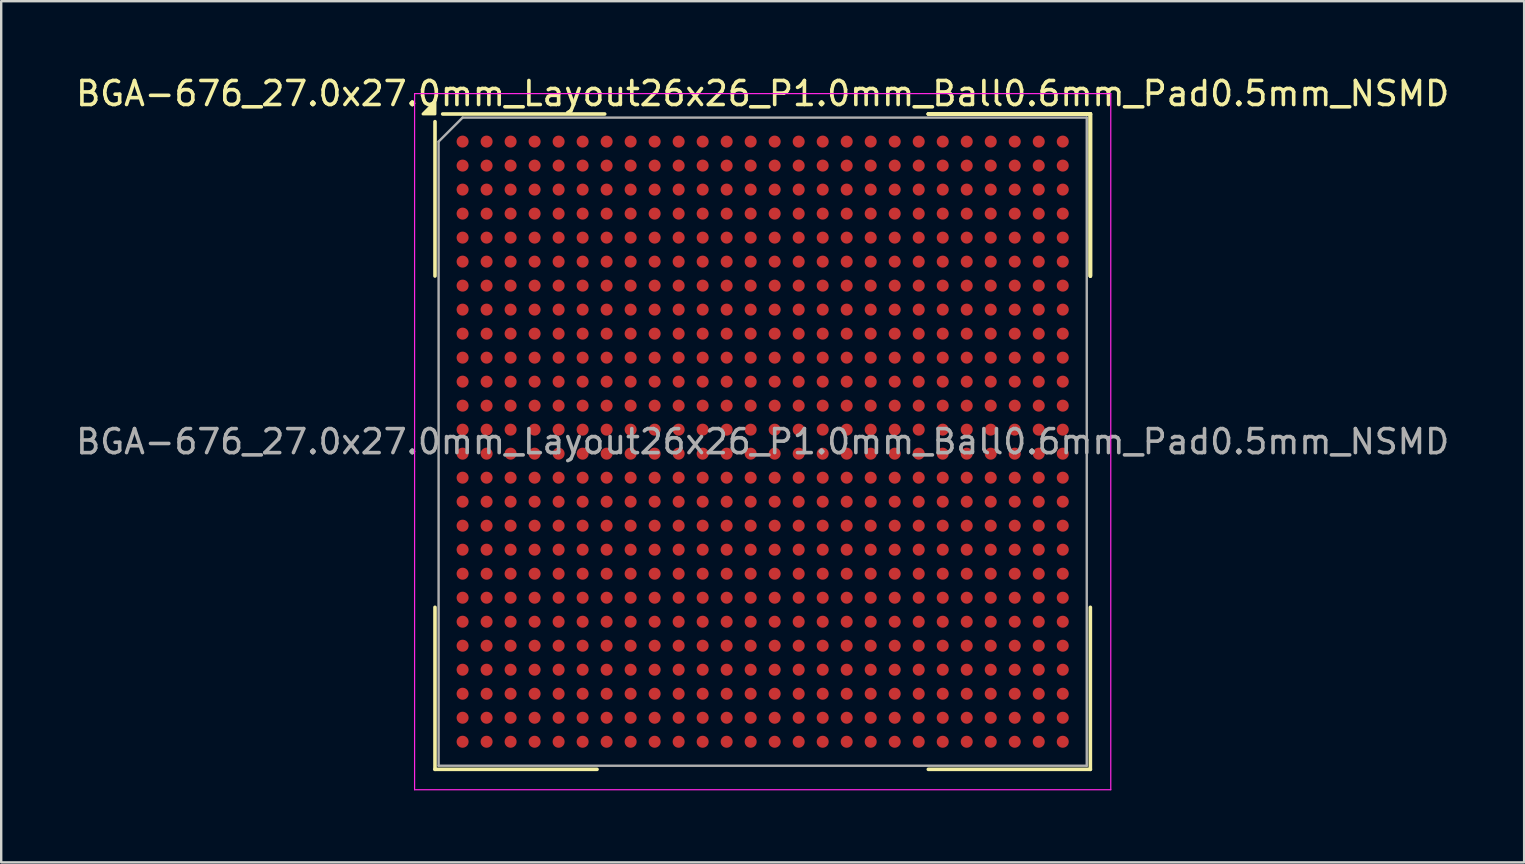
<source format=kicad_pcb>
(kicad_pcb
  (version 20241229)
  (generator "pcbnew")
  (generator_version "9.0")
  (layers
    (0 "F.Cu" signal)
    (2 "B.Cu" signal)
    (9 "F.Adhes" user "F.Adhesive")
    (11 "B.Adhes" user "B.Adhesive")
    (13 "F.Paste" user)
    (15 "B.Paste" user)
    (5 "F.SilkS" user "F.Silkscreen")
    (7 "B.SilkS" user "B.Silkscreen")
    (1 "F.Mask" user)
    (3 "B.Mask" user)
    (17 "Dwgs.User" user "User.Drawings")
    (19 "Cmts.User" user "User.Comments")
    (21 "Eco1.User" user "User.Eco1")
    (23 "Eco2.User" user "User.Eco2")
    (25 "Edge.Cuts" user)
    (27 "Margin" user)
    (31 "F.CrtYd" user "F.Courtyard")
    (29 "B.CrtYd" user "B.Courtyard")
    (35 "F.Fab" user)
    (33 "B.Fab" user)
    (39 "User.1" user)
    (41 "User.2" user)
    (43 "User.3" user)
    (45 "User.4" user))
  (footprint "BGA-676_27.0x27.0mm_Layout26x26_P1.0mm_Ball0.6mm_Pad0.5mm_NSMD"
    (layer "F.Cu")
    (at 28.72 15.348)
    (property "Reference" "BGA-676_27.0x27.0mm_Layout26x26_P1.0mm_Ball0.6mm_Pad0.5mm_NSMD" (at 0 -14.5 0) (layer "F.SilkS") (effects (font (size 1 1) (thickness 0.15))))
    (attr smd)
    (fp_line (start -13.65 -13.33) (end -13.65 -6.9) (stroke (width 0.15) (type solid)) (layer "F.SilkS"))
    (fp_line (start -13.65 13.65) (end -13.65 6.9) (stroke (width 0.15) (type solid)) (layer "F.SilkS"))
    (fp_line (start -6.9 13.65) (end -13.65 13.65) (stroke (width 0.15) (type solid)) (layer "F.SilkS"))
    (fp_line (start -6.58 -13.65) (end -13.33 -13.65) (stroke (width 0.15) (type solid)) (layer "F.SilkS"))
    (fp_line (start 6.9 -13.65) (end 13.65 -13.65) (stroke (width 0.15) (type solid)) (layer "F.SilkS"))
    (fp_line (start 6.9 -13.65) (end 13.65 -13.65) (stroke (width 0.15) (type solid)) (layer "F.SilkS"))
    (fp_line (start 6.9 -13.65) (end 13.65 -13.65) (stroke (width 0.15) (type solid)) (layer "F.SilkS"))
    (fp_line (start 6.9 13.65) (end 13.65 13.65) (stroke (width 0.15) (type solid)) (layer "F.SilkS"))
    (fp_line (start 13.65 -13.65) (end 13.65 -6.9) (stroke (width 0.15) (type solid)) (layer "F.SilkS"))
    (fp_line (start 13.65 -13.65) (end 13.65 -6.9) (stroke (width 0.15) (type solid)) (layer "F.SilkS"))
    (fp_line (start 13.65 -13.65) (end 13.65 -6.9) (stroke (width 0.15) (type solid)) (layer "F.SilkS"))
    (fp_line (start 13.65 13.65) (end 13.65 6.9) (stroke (width 0.15) (type solid)) (layer "F.SilkS"))
    (fp_poly (pts (xy -13.65 -13.65) (xy -14.15 -13.65) (xy -13.65 -14.15) (xy -13.65 -13.65)) (stroke (width 0.12) (type solid)) (fill yes) (layer "F.SilkS"))
    (fp_line (start -14.5 -14.5) (end 14.5 -14.5) (stroke (width 0.05) (type solid)) (layer "F.CrtYd"))
    (fp_line (start -14.5 14.5) (end -14.5 -14.5) (stroke (width 0.05) (type solid)) (layer "F.CrtYd"))
    (fp_line (start 14.5 -14.5) (end 14.5 14.5) (stroke (width 0.05) (type solid)) (layer "F.CrtYd"))
    (fp_line (start 14.5 14.5) (end -14.5 14.5) (stroke (width 0.05) (type solid)) (layer "F.CrtYd"))
    (fp_line (start -13.5 -12.5) (end -13.5 13.5) (stroke (width 0.1) (type solid)) (layer "F.Fab"))
    (fp_line (start -13.5 13.5) (end 13.5 13.5) (stroke (width 0.1) (type solid)) (layer "F.Fab"))
    (fp_line (start -12.5 -13.5) (end -13.5 -12.5) (stroke (width 0.1) (type solid)) (layer "F.Fab"))
    (fp_line (start 13.5 -13.5) (end -12.5 -13.5) (stroke (width 0.1) (type solid)) (layer "F.Fab"))
    (fp_line (start 13.5 13.5) (end 13.5 -13.5) (stroke (width 0.1) (type solid)) (layer "F.Fab"))
    (fp_text user "${REFERENCE}" (at 0 0 0) (layer "F.Fab") (effects (font (size 1 1) (thickness 0.15))))
    (pad "A1" smd circle (at -12.5 -12.5) (size 0.5 0.5) (property pad_prop_bga) (layers "F.Cu" "F.Mask" "F.Paste"))
    (pad "A2" smd circle (at -11.5 -12.5) (size 0.5 0.5) (property pad_prop_bga) (layers "F.Cu" "F.Mask" "F.Paste"))
    (pad "A3" smd circle (at -10.5 -12.5) (size 0.5 0.5) (property pad_prop_bga) (layers "F.Cu" "F.Mask" "F.Paste"))
    (pad "A4" smd circle (at -9.5 -12.5) (size 0.5 0.5) (property pad_prop_bga) (layers "F.Cu" "F.Mask" "F.Paste"))
    (pad "A5" smd circle (at -8.5 -12.5) (size 0.5 0.5) (property pad_prop_bga) (layers "F.Cu" "F.Mask" "F.Paste"))
    (pad "A6" smd circle (at -7.5 -12.5) (size 0.5 0.5) (property pad_prop_bga) (layers "F.Cu" "F.Mask" "F.Paste"))
    (pad "A7" smd circle (at -6.5 -12.5) (size 0.5 0.5) (property pad_prop_bga) (layers "F.Cu" "F.Mask" "F.Paste"))
    (pad "A8" smd circle (at -5.5 -12.5) (size 0.5 0.5) (property pad_prop_bga) (layers "F.Cu" "F.Mask" "F.Paste"))
    (pad "A9" smd circle (at -4.5 -12.5) (size 0.5 0.5) (property pad_prop_bga) (layers "F.Cu" "F.Mask" "F.Paste"))
    (pad "A10" smd circle (at -3.5 -12.5) (size 0.5 0.5) (property pad_prop_bga) (layers "F.Cu" "F.Mask" "F.Paste"))
    (pad "A11" smd circle (at -2.5 -12.5) (size 0.5 0.5) (property pad_prop_bga) (layers "F.Cu" "F.Mask" "F.Paste"))
    (pad "A12" smd circle (at -1.5 -12.5) (size 0.5 0.5) (property pad_prop_bga) (layers "F.Cu" "F.Mask" "F.Paste"))
    (pad "A13" smd circle (at -0.5 -12.5) (size 0.5 0.5) (property pad_prop_bga) (layers "F.Cu" "F.Mask" "F.Paste"))
    (pad "A14" smd circle (at 0.5 -12.5) (size 0.5 0.5) (property pad_prop_bga) (layers "F.Cu" "F.Mask" "F.Paste"))
    (pad "A15" smd circle (at 1.5 -12.5) (size 0.5 0.5) (property pad_prop_bga) (layers "F.Cu" "F.Mask" "F.Paste"))
    (pad "A16" smd circle (at 2.5 -12.5) (size 0.5 0.5) (property pad_prop_bga) (layers "F.Cu" "F.Mask" "F.Paste"))
    (pad "A17" smd circle (at 3.5 -12.5) (size 0.5 0.5) (property pad_prop_bga) (layers "F.Cu" "F.Mask" "F.Paste"))
    (pad "A18" smd circle (at 4.5 -12.5) (size 0.5 0.5) (property pad_prop_bga) (layers "F.Cu" "F.Mask" "F.Paste"))
    (pad "A19" smd circle (at 5.5 -12.5) (size 0.5 0.5) (property pad_prop_bga) (layers "F.Cu" "F.Mask" "F.Paste"))
    (pad "A20" smd circle (at 6.5 -12.5) (size 0.5 0.5) (property pad_prop_bga) (layers "F.Cu" "F.Mask" "F.Paste"))
    (pad "A21" smd circle (at 7.5 -12.5) (size 0.5 0.5) (property pad_prop_bga) (layers "F.Cu" "F.Mask" "F.Paste"))
    (pad "A22" smd circle (at 8.5 -12.5) (size 0.5 0.5) (property pad_prop_bga) (layers "F.Cu" "F.Mask" "F.Paste"))
    (pad "A23" smd circle (at 9.5 -12.5) (size 0.5 0.5) (property pad_prop_bga) (layers "F.Cu" "F.Mask" "F.Paste"))
    (pad "A24" smd circle (at 10.5 -12.5) (size 0.5 0.5) (property pad_prop_bga) (layers "F.Cu" "F.Mask" "F.Paste"))
    (pad "A25" smd circle (at 11.5 -12.5) (size 0.5 0.5) (property pad_prop_bga) (layers "F.Cu" "F.Mask" "F.Paste"))
    (pad "A26" smd circle (at 12.5 -12.5) (size 0.5 0.5) (property pad_prop_bga) (layers "F.Cu" "F.Mask" "F.Paste"))
    (pad "AA1" smd circle (at -12.5 7.5) (size 0.5 0.5) (property pad_prop_bga) (layers "F.Cu" "F.Mask" "F.Paste"))
    (pad "AA2" smd circle (at -11.5 7.5) (size 0.5 0.5) (property pad_prop_bga) (layers "F.Cu" "F.Mask" "F.Paste"))
    (pad "AA3" smd circle (at -10.5 7.5) (size 0.5 0.5) (property pad_prop_bga) (layers "F.Cu" "F.Mask" "F.Paste"))
    (pad "AA4" smd circle (at -9.5 7.5) (size 0.5 0.5) (property pad_prop_bga) (layers "F.Cu" "F.Mask" "F.Paste"))
    (pad "AA5" smd circle (at -8.5 7.5) (size 0.5 0.5) (property pad_prop_bga) (layers "F.Cu" "F.Mask" "F.Paste"))
    (pad "AA6" smd circle (at -7.5 7.5) (size 0.5 0.5) (property pad_prop_bga) (layers "F.Cu" "F.Mask" "F.Paste"))
    (pad "AA7" smd circle (at -6.5 7.5) (size 0.5 0.5) (property pad_prop_bga) (layers "F.Cu" "F.Mask" "F.Paste"))
    (pad "AA8" smd circle (at -5.5 7.5) (size 0.5 0.5) (property pad_prop_bga) (layers "F.Cu" "F.Mask" "F.Paste"))
    (pad "AA9" smd circle (at -4.5 7.5) (size 0.5 0.5) (property pad_prop_bga) (layers "F.Cu" "F.Mask" "F.Paste"))
    (pad "AA10" smd circle (at -3.5 7.5) (size 0.5 0.5) (property pad_prop_bga) (layers "F.Cu" "F.Mask" "F.Paste"))
    (pad "AA11" smd circle (at -2.5 7.5) (size 0.5 0.5) (property pad_prop_bga) (layers "F.Cu" "F.Mask" "F.Paste"))
    (pad "AA12" smd circle (at -1.5 7.5) (size 0.5 0.5) (property pad_prop_bga) (layers "F.Cu" "F.Mask" "F.Paste"))
    (pad "AA13" smd circle (at -0.5 7.5) (size 0.5 0.5) (property pad_prop_bga) (layers "F.Cu" "F.Mask" "F.Paste"))
    (pad "AA14" smd circle (at 0.5 7.5) (size 0.5 0.5) (property pad_prop_bga) (layers "F.Cu" "F.Mask" "F.Paste"))
    (pad "AA15" smd circle (at 1.5 7.5) (size 0.5 0.5) (property pad_prop_bga) (layers "F.Cu" "F.Mask" "F.Paste"))
    (pad "AA16" smd circle (at 2.5 7.5) (size 0.5 0.5) (property pad_prop_bga) (layers "F.Cu" "F.Mask" "F.Paste"))
    (pad "AA17" smd circle (at 3.5 7.5) (size 0.5 0.5) (property pad_prop_bga) (layers "F.Cu" "F.Mask" "F.Paste"))
    (pad "AA18" smd circle (at 4.5 7.5) (size 0.5 0.5) (property pad_prop_bga) (layers "F.Cu" "F.Mask" "F.Paste"))
    (pad "AA19" smd circle (at 5.5 7.5) (size 0.5 0.5) (property pad_prop_bga) (layers "F.Cu" "F.Mask" "F.Paste"))
    (pad "AA20" smd circle (at 6.5 7.5) (size 0.5 0.5) (property pad_prop_bga) (layers "F.Cu" "F.Mask" "F.Paste"))
    (pad "AA21" smd circle (at 7.5 7.5) (size 0.5 0.5) (property pad_prop_bga) (layers "F.Cu" "F.Mask" "F.Paste"))
    (pad "AA22" smd circle (at 8.5 7.5) (size 0.5 0.5) (property pad_prop_bga) (layers "F.Cu" "F.Mask" "F.Paste"))
    (pad "AA23" smd circle (at 9.5 7.5) (size 0.5 0.5) (property pad_prop_bga) (layers "F.Cu" "F.Mask" "F.Paste"))
    (pad "AA24" smd circle (at 10.5 7.5) (size 0.5 0.5) (property pad_prop_bga) (layers "F.Cu" "F.Mask" "F.Paste"))
    (pad "AA25" smd circle (at 11.5 7.5) (size 0.5 0.5) (property pad_prop_bga) (layers "F.Cu" "F.Mask" "F.Paste"))
    (pad "AA26" smd circle (at 12.5 7.5) (size 0.5 0.5) (property pad_prop_bga) (layers "F.Cu" "F.Mask" "F.Paste"))
    (pad "AB1" smd circle (at -12.5 8.5) (size 0.5 0.5) (property pad_prop_bga) (layers "F.Cu" "F.Mask" "F.Paste"))
    (pad "AB2" smd circle (at -11.5 8.5) (size 0.5 0.5) (property pad_prop_bga) (layers "F.Cu" "F.Mask" "F.Paste"))
    (pad "AB3" smd circle (at -10.5 8.5) (size 0.5 0.5) (property pad_prop_bga) (layers "F.Cu" "F.Mask" "F.Paste"))
    (pad "AB4" smd circle (at -9.5 8.5) (size 0.5 0.5) (property pad_prop_bga) (layers "F.Cu" "F.Mask" "F.Paste"))
    (pad "AB5" smd circle (at -8.5 8.5) (size 0.5 0.5) (property pad_prop_bga) (layers "F.Cu" "F.Mask" "F.Paste"))
    (pad "AB6" smd circle (at -7.5 8.5) (size 0.5 0.5) (property pad_prop_bga) (layers "F.Cu" "F.Mask" "F.Paste"))
    (pad "AB7" smd circle (at -6.5 8.5) (size 0.5 0.5) (property pad_prop_bga) (layers "F.Cu" "F.Mask" "F.Paste"))
    (pad "AB8" smd circle (at -5.5 8.5) (size 0.5 0.5) (property pad_prop_bga) (layers "F.Cu" "F.Mask" "F.Paste"))
    (pad "AB9" smd circle (at -4.5 8.5) (size 0.5 0.5) (property pad_prop_bga) (layers "F.Cu" "F.Mask" "F.Paste"))
    (pad "AB10" smd circle (at -3.5 8.5) (size 0.5 0.5) (property pad_prop_bga) (layers "F.Cu" "F.Mask" "F.Paste"))
    (pad "AB11" smd circle (at -2.5 8.5) (size 0.5 0.5) (property pad_prop_bga) (layers "F.Cu" "F.Mask" "F.Paste"))
    (pad "AB12" smd circle (at -1.5 8.5) (size 0.5 0.5) (property pad_prop_bga) (layers "F.Cu" "F.Mask" "F.Paste"))
    (pad "AB13" smd circle (at -0.5 8.5) (size 0.5 0.5) (property pad_prop_bga) (layers "F.Cu" "F.Mask" "F.Paste"))
    (pad "AB14" smd circle (at 0.5 8.5) (size 0.5 0.5) (property pad_prop_bga) (layers "F.Cu" "F.Mask" "F.Paste"))
    (pad "AB15" smd circle (at 1.5 8.5) (size 0.5 0.5) (property pad_prop_bga) (layers "F.Cu" "F.Mask" "F.Paste"))
    (pad "AB16" smd circle (at 2.5 8.5) (size 0.5 0.5) (property pad_prop_bga) (layers "F.Cu" "F.Mask" "F.Paste"))
    (pad "AB17" smd circle (at 3.5 8.5) (size 0.5 0.5) (property pad_prop_bga) (layers "F.Cu" "F.Mask" "F.Paste"))
    (pad "AB18" smd circle (at 4.5 8.5) (size 0.5 0.5) (property pad_prop_bga) (layers "F.Cu" "F.Mask" "F.Paste"))
    (pad "AB19" smd circle (at 5.5 8.5) (size 0.5 0.5) (property pad_prop_bga) (layers "F.Cu" "F.Mask" "F.Paste"))
    (pad "AB20" smd circle (at 6.5 8.5) (size 0.5 0.5) (property pad_prop_bga) (layers "F.Cu" "F.Mask" "F.Paste"))
    (pad "AB21" smd circle (at 7.5 8.5) (size 0.5 0.5) (property pad_prop_bga) (layers "F.Cu" "F.Mask" "F.Paste"))
    (pad "AB22" smd circle (at 8.5 8.5) (size 0.5 0.5) (property pad_prop_bga) (layers "F.Cu" "F.Mask" "F.Paste"))
    (pad "AB23" smd circle (at 9.5 8.5) (size 0.5 0.5) (property pad_prop_bga) (layers "F.Cu" "F.Mask" "F.Paste"))
    (pad "AB24" smd circle (at 10.5 8.5) (size 0.5 0.5) (property pad_prop_bga) (layers "F.Cu" "F.Mask" "F.Paste"))
    (pad "AB25" smd circle (at 11.5 8.5) (size 0.5 0.5) (property pad_prop_bga) (layers "F.Cu" "F.Mask" "F.Paste"))
    (pad "AB26" smd circle (at 12.5 8.5) (size 0.5 0.5) (property pad_prop_bga) (layers "F.Cu" "F.Mask" "F.Paste"))
    (pad "AC1" smd circle (at -12.5 9.5) (size 0.5 0.5) (property pad_prop_bga) (layers "F.Cu" "F.Mask" "F.Paste"))
    (pad "AC2" smd circle (at -11.5 9.5) (size 0.5 0.5) (property pad_prop_bga) (layers "F.Cu" "F.Mask" "F.Paste"))
    (pad "AC3" smd circle (at -10.5 9.5) (size 0.5 0.5) (property pad_prop_bga) (layers "F.Cu" "F.Mask" "F.Paste"))
    (pad "AC4" smd circle (at -9.5 9.5) (size 0.5 0.5) (property pad_prop_bga) (layers "F.Cu" "F.Mask" "F.Paste"))
    (pad "AC5" smd circle (at -8.5 9.5) (size 0.5 0.5) (property pad_prop_bga) (layers "F.Cu" "F.Mask" "F.Paste"))
    (pad "AC6" smd circle (at -7.5 9.5) (size 0.5 0.5) (property pad_prop_bga) (layers "F.Cu" "F.Mask" "F.Paste"))
    (pad "AC7" smd circle (at -6.5 9.5) (size 0.5 0.5) (property pad_prop_bga) (layers "F.Cu" "F.Mask" "F.Paste"))
    (pad "AC8" smd circle (at -5.5 9.5) (size 0.5 0.5) (property pad_prop_bga) (layers "F.Cu" "F.Mask" "F.Paste"))
    (pad "AC9" smd circle (at -4.5 9.5) (size 0.5 0.5) (property pad_prop_bga) (layers "F.Cu" "F.Mask" "F.Paste"))
    (pad "AC10" smd circle (at -3.5 9.5) (size 0.5 0.5) (property pad_prop_bga) (layers "F.Cu" "F.Mask" "F.Paste"))
    (pad "AC11" smd circle (at -2.5 9.5) (size 0.5 0.5) (property pad_prop_bga) (layers "F.Cu" "F.Mask" "F.Paste"))
    (pad "AC12" smd circle (at -1.5 9.5) (size 0.5 0.5) (property pad_prop_bga) (layers "F.Cu" "F.Mask" "F.Paste"))
    (pad "AC13" smd circle (at -0.5 9.5) (size 0.5 0.5) (property pad_prop_bga) (layers "F.Cu" "F.Mask" "F.Paste"))
    (pad "AC14" smd circle (at 0.5 9.5) (size 0.5 0.5) (property pad_prop_bga) (layers "F.Cu" "F.Mask" "F.Paste"))
    (pad "AC15" smd circle (at 1.5 9.5) (size 0.5 0.5) (property pad_prop_bga) (layers "F.Cu" "F.Mask" "F.Paste"))
    (pad "AC16" smd circle (at 2.5 9.5) (size 0.5 0.5) (property pad_prop_bga) (layers "F.Cu" "F.Mask" "F.Paste"))
    (pad "AC17" smd circle (at 3.5 9.5) (size 0.5 0.5) (property pad_prop_bga) (layers "F.Cu" "F.Mask" "F.Paste"))
    (pad "AC18" smd circle (at 4.5 9.5) (size 0.5 0.5) (property pad_prop_bga) (layers "F.Cu" "F.Mask" "F.Paste"))
    (pad "AC19" smd circle (at 5.5 9.5) (size 0.5 0.5) (property pad_prop_bga) (layers "F.Cu" "F.Mask" "F.Paste"))
    (pad "AC20" smd circle (at 6.5 9.5) (size 0.5 0.5) (property pad_prop_bga) (layers "F.Cu" "F.Mask" "F.Paste"))
    (pad "AC21" smd circle (at 7.5 9.5) (size 0.5 0.5) (property pad_prop_bga) (layers "F.Cu" "F.Mask" "F.Paste"))
    (pad "AC22" smd circle (at 8.5 9.5) (size 0.5 0.5) (property pad_prop_bga) (layers "F.Cu" "F.Mask" "F.Paste"))
    (pad "AC23" smd circle (at 9.5 9.5) (size 0.5 0.5) (property pad_prop_bga) (layers "F.Cu" "F.Mask" "F.Paste"))
    (pad "AC24" smd circle (at 10.5 9.5) (size 0.5 0.5) (property pad_prop_bga) (layers "F.Cu" "F.Mask" "F.Paste"))
    (pad "AC25" smd circle (at 11.5 9.5) (size 0.5 0.5) (property pad_prop_bga) (layers "F.Cu" "F.Mask" "F.Paste"))
    (pad "AC26" smd circle (at 12.5 9.5) (size 0.5 0.5) (property pad_prop_bga) (layers "F.Cu" "F.Mask" "F.Paste"))
    (pad "AD1" smd circle (at -12.5 10.5) (size 0.5 0.5) (property pad_prop_bga) (layers "F.Cu" "F.Mask" "F.Paste"))
    (pad "AD2" smd circle (at -11.5 10.5) (size 0.5 0.5) (property pad_prop_bga) (layers "F.Cu" "F.Mask" "F.Paste"))
    (pad "AD3" smd circle (at -10.5 10.5) (size 0.5 0.5) (property pad_prop_bga) (layers "F.Cu" "F.Mask" "F.Paste"))
    (pad "AD4" smd circle (at -9.5 10.5) (size 0.5 0.5) (property pad_prop_bga) (layers "F.Cu" "F.Mask" "F.Paste"))
    (pad "AD5" smd circle (at -8.5 10.5) (size 0.5 0.5) (property pad_prop_bga) (layers "F.Cu" "F.Mask" "F.Paste"))
    (pad "AD6" smd circle (at -7.5 10.5) (size 0.5 0.5) (property pad_prop_bga) (layers "F.Cu" "F.Mask" "F.Paste"))
    (pad "AD7" smd circle (at -6.5 10.5) (size 0.5 0.5) (property pad_prop_bga) (layers "F.Cu" "F.Mask" "F.Paste"))
    (pad "AD8" smd circle (at -5.5 10.5) (size 0.5 0.5) (property pad_prop_bga) (layers "F.Cu" "F.Mask" "F.Paste"))
    (pad "AD9" smd circle (at -4.5 10.5) (size 0.5 0.5) (property pad_prop_bga) (layers "F.Cu" "F.Mask" "F.Paste"))
    (pad "AD10" smd circle (at -3.5 10.5) (size 0.5 0.5) (property pad_prop_bga) (layers "F.Cu" "F.Mask" "F.Paste"))
    (pad "AD11" smd circle (at -2.5 10.5) (size 0.5 0.5) (property pad_prop_bga) (layers "F.Cu" "F.Mask" "F.Paste"))
    (pad "AD12" smd circle (at -1.5 10.5) (size 0.5 0.5) (property pad_prop_bga) (layers "F.Cu" "F.Mask" "F.Paste"))
    (pad "AD13" smd circle (at -0.5 10.5) (size 0.5 0.5) (property pad_prop_bga) (layers "F.Cu" "F.Mask" "F.Paste"))
    (pad "AD14" smd circle (at 0.5 10.5) (size 0.5 0.5) (property pad_prop_bga) (layers "F.Cu" "F.Mask" "F.Paste"))
    (pad "AD15" smd circle (at 1.5 10.5) (size 0.5 0.5) (property pad_prop_bga) (layers "F.Cu" "F.Mask" "F.Paste"))
    (pad "AD16" smd circle (at 2.5 10.5) (size 0.5 0.5) (property pad_prop_bga) (layers "F.Cu" "F.Mask" "F.Paste"))
    (pad "AD17" smd circle (at 3.5 10.5) (size 0.5 0.5) (property pad_prop_bga) (layers "F.Cu" "F.Mask" "F.Paste"))
    (pad "AD18" smd circle (at 4.5 10.5) (size 0.5 0.5) (property pad_prop_bga) (layers "F.Cu" "F.Mask" "F.Paste"))
    (pad "AD19" smd circle (at 5.5 10.5) (size 0.5 0.5) (property pad_prop_bga) (layers "F.Cu" "F.Mask" "F.Paste"))
    (pad "AD20" smd circle (at 6.5 10.5) (size 0.5 0.5) (property pad_prop_bga) (layers "F.Cu" "F.Mask" "F.Paste"))
    (pad "AD21" smd circle (at 7.5 10.5) (size 0.5 0.5) (property pad_prop_bga) (layers "F.Cu" "F.Mask" "F.Paste"))
    (pad "AD22" smd circle (at 8.5 10.5) (size 0.5 0.5) (property pad_prop_bga) (layers "F.Cu" "F.Mask" "F.Paste"))
    (pad "AD23" smd circle (at 9.5 10.5) (size 0.5 0.5) (property pad_prop_bga) (layers "F.Cu" "F.Mask" "F.Paste"))
    (pad "AD24" smd circle (at 10.5 10.5) (size 0.5 0.5) (property pad_prop_bga) (layers "F.Cu" "F.Mask" "F.Paste"))
    (pad "AD25" smd circle (at 11.5 10.5) (size 0.5 0.5) (property pad_prop_bga) (layers "F.Cu" "F.Mask" "F.Paste"))
    (pad "AD26" smd circle (at 12.5 10.5) (size 0.5 0.5) (property pad_prop_bga) (layers "F.Cu" "F.Mask" "F.Paste"))
    (pad "AE1" smd circle (at -12.5 11.5) (size 0.5 0.5) (property pad_prop_bga) (layers "F.Cu" "F.Mask" "F.Paste"))
    (pad "AE2" smd circle (at -11.5 11.5) (size 0.5 0.5) (property pad_prop_bga) (layers "F.Cu" "F.Mask" "F.Paste"))
    (pad "AE3" smd circle (at -10.5 11.5) (size 0.5 0.5) (property pad_prop_bga) (layers "F.Cu" "F.Mask" "F.Paste"))
    (pad "AE4" smd circle (at -9.5 11.5) (size 0.5 0.5) (property pad_prop_bga) (layers "F.Cu" "F.Mask" "F.Paste"))
    (pad "AE5" smd circle (at -8.5 11.5) (size 0.5 0.5) (property pad_prop_bga) (layers "F.Cu" "F.Mask" "F.Paste"))
    (pad "AE6" smd circle (at -7.5 11.5) (size 0.5 0.5) (property pad_prop_bga) (layers "F.Cu" "F.Mask" "F.Paste"))
    (pad "AE7" smd circle (at -6.5 11.5) (size 0.5 0.5) (property pad_prop_bga) (layers "F.Cu" "F.Mask" "F.Paste"))
    (pad "AE8" smd circle (at -5.5 11.5) (size 0.5 0.5) (property pad_prop_bga) (layers "F.Cu" "F.Mask" "F.Paste"))
    (pad "AE9" smd circle (at -4.5 11.5) (size 0.5 0.5) (property pad_prop_bga) (layers "F.Cu" "F.Mask" "F.Paste"))
    (pad "AE10" smd circle (at -3.5 11.5) (size 0.5 0.5) (property pad_prop_bga) (layers "F.Cu" "F.Mask" "F.Paste"))
    (pad "AE11" smd circle (at -2.5 11.5) (size 0.5 0.5) (property pad_prop_bga) (layers "F.Cu" "F.Mask" "F.Paste"))
    (pad "AE12" smd circle (at -1.5 11.5) (size 0.5 0.5) (property pad_prop_bga) (layers "F.Cu" "F.Mask" "F.Paste"))
    (pad "AE13" smd circle (at -0.5 11.5) (size 0.5 0.5) (property pad_prop_bga) (layers "F.Cu" "F.Mask" "F.Paste"))
    (pad "AE14" smd circle (at 0.5 11.5) (size 0.5 0.5) (property pad_prop_bga) (layers "F.Cu" "F.Mask" "F.Paste"))
    (pad "AE15" smd circle (at 1.5 11.5) (size 0.5 0.5) (property pad_prop_bga) (layers "F.Cu" "F.Mask" "F.Paste"))
    (pad "AE16" smd circle (at 2.5 11.5) (size 0.5 0.5) (property pad_prop_bga) (layers "F.Cu" "F.Mask" "F.Paste"))
    (pad "AE17" smd circle (at 3.5 11.5) (size 0.5 0.5) (property pad_prop_bga) (layers "F.Cu" "F.Mask" "F.Paste"))
    (pad "AE18" smd circle (at 4.5 11.5) (size 0.5 0.5) (property pad_prop_bga) (layers "F.Cu" "F.Mask" "F.Paste"))
    (pad "AE19" smd circle (at 5.5 11.5) (size 0.5 0.5) (property pad_prop_bga) (layers "F.Cu" "F.Mask" "F.Paste"))
    (pad "AE20" smd circle (at 6.5 11.5) (size 0.5 0.5) (property pad_prop_bga) (layers "F.Cu" "F.Mask" "F.Paste"))
    (pad "AE21" smd circle (at 7.5 11.5) (size 0.5 0.5) (property pad_prop_bga) (layers "F.Cu" "F.Mask" "F.Paste"))
    (pad "AE22" smd circle (at 8.5 11.5) (size 0.5 0.5) (property pad_prop_bga) (layers "F.Cu" "F.Mask" "F.Paste"))
    (pad "AE23" smd circle (at 9.5 11.5) (size 0.5 0.5) (property pad_prop_bga) (layers "F.Cu" "F.Mask" "F.Paste"))
    (pad "AE24" smd circle (at 10.5 11.5) (size 0.5 0.5) (property pad_prop_bga) (layers "F.Cu" "F.Mask" "F.Paste"))
    (pad "AE25" smd circle (at 11.5 11.5) (size 0.5 0.5) (property pad_prop_bga) (layers "F.Cu" "F.Mask" "F.Paste"))
    (pad "AE26" smd circle (at 12.5 11.5) (size 0.5 0.5) (property pad_prop_bga) (layers "F.Cu" "F.Mask" "F.Paste"))
    (pad "AF1" smd circle (at -12.5 12.5) (size 0.5 0.5) (property pad_prop_bga) (layers "F.Cu" "F.Mask" "F.Paste"))
    (pad "AF2" smd circle (at -11.5 12.5) (size 0.5 0.5) (property pad_prop_bga) (layers "F.Cu" "F.Mask" "F.Paste"))
    (pad "AF3" smd circle (at -10.5 12.5) (size 0.5 0.5) (property pad_prop_bga) (layers "F.Cu" "F.Mask" "F.Paste"))
    (pad "AF4" smd circle (at -9.5 12.5) (size 0.5 0.5) (property pad_prop_bga) (layers "F.Cu" "F.Mask" "F.Paste"))
    (pad "AF5" smd circle (at -8.5 12.5) (size 0.5 0.5) (property pad_prop_bga) (layers "F.Cu" "F.Mask" "F.Paste"))
    (pad "AF6" smd circle (at -7.5 12.5) (size 0.5 0.5) (property pad_prop_bga) (layers "F.Cu" "F.Mask" "F.Paste"))
    (pad "AF7" smd circle (at -6.5 12.5) (size 0.5 0.5) (property pad_prop_bga) (layers "F.Cu" "F.Mask" "F.Paste"))
    (pad "AF8" smd circle (at -5.5 12.5) (size 0.5 0.5) (property pad_prop_bga) (layers "F.Cu" "F.Mask" "F.Paste"))
    (pad "AF9" smd circle (at -4.5 12.5) (size 0.5 0.5) (property pad_prop_bga) (layers "F.Cu" "F.Mask" "F.Paste"))
    (pad "AF10" smd circle (at -3.5 12.5) (size 0.5 0.5) (property pad_prop_bga) (layers "F.Cu" "F.Mask" "F.Paste"))
    (pad "AF11" smd circle (at -2.5 12.5) (size 0.5 0.5) (property pad_prop_bga) (layers "F.Cu" "F.Mask" "F.Paste"))
    (pad "AF12" smd circle (at -1.5 12.5) (size 0.5 0.5) (property pad_prop_bga) (layers "F.Cu" "F.Mask" "F.Paste"))
    (pad "AF13" smd circle (at -0.5 12.5) (size 0.5 0.5) (property pad_prop_bga) (layers "F.Cu" "F.Mask" "F.Paste"))
    (pad "AF14" smd circle (at 0.5 12.5) (size 0.5 0.5) (property pad_prop_bga) (layers "F.Cu" "F.Mask" "F.Paste"))
    (pad "AF15" smd circle (at 1.5 12.5) (size 0.5 0.5) (property pad_prop_bga) (layers "F.Cu" "F.Mask" "F.Paste"))
    (pad "AF16" smd circle (at 2.5 12.5) (size 0.5 0.5) (property pad_prop_bga) (layers "F.Cu" "F.Mask" "F.Paste"))
    (pad "AF17" smd circle (at 3.5 12.5) (size 0.5 0.5) (property pad_prop_bga) (layers "F.Cu" "F.Mask" "F.Paste"))
    (pad "AF18" smd circle (at 4.5 12.5) (size 0.5 0.5) (property pad_prop_bga) (layers "F.Cu" "F.Mask" "F.Paste"))
    (pad "AF19" smd circle (at 5.5 12.5) (size 0.5 0.5) (property pad_prop_bga) (layers "F.Cu" "F.Mask" "F.Paste"))
    (pad "AF20" smd circle (at 6.5 12.5) (size 0.5 0.5) (property pad_prop_bga) (layers "F.Cu" "F.Mask" "F.Paste"))
    (pad "AF21" smd circle (at 7.5 12.5) (size 0.5 0.5) (property pad_prop_bga) (layers "F.Cu" "F.Mask" "F.Paste"))
    (pad "AF22" smd circle (at 8.5 12.5) (size 0.5 0.5) (property pad_prop_bga) (layers "F.Cu" "F.Mask" "F.Paste"))
    (pad "AF23" smd circle (at 9.5 12.5) (size 0.5 0.5) (property pad_prop_bga) (layers "F.Cu" "F.Mask" "F.Paste"))
    (pad "AF24" smd circle (at 10.5 12.5) (size 0.5 0.5) (property pad_prop_bga) (layers "F.Cu" "F.Mask" "F.Paste"))
    (pad "AF25" smd circle (at 11.5 12.5) (size 0.5 0.5) (property pad_prop_bga) (layers "F.Cu" "F.Mask" "F.Paste"))
    (pad "AF26" smd circle (at 12.5 12.5) (size 0.5 0.5) (property pad_prop_bga) (layers "F.Cu" "F.Mask" "F.Paste"))
    (pad "B1" smd circle (at -12.5 -11.5) (size 0.5 0.5) (property pad_prop_bga) (layers "F.Cu" "F.Mask" "F.Paste"))
    (pad "B2" smd circle (at -11.5 -11.5) (size 0.5 0.5) (property pad_prop_bga) (layers "F.Cu" "F.Mask" "F.Paste"))
    (pad "B3" smd circle (at -10.5 -11.5) (size 0.5 0.5) (property pad_prop_bga) (layers "F.Cu" "F.Mask" "F.Paste"))
    (pad "B4" smd circle (at -9.5 -11.5) (size 0.5 0.5) (property pad_prop_bga) (layers "F.Cu" "F.Mask" "F.Paste"))
    (pad "B5" smd circle (at -8.5 -11.5) (size 0.5 0.5) (property pad_prop_bga) (layers "F.Cu" "F.Mask" "F.Paste"))
    (pad "B6" smd circle (at -7.5 -11.5) (size 0.5 0.5) (property pad_prop_bga) (layers "F.Cu" "F.Mask" "F.Paste"))
    (pad "B7" smd circle (at -6.5 -11.5) (size 0.5 0.5) (property pad_prop_bga) (layers "F.Cu" "F.Mask" "F.Paste"))
    (pad "B8" smd circle (at -5.5 -11.5) (size 0.5 0.5) (property pad_prop_bga) (layers "F.Cu" "F.Mask" "F.Paste"))
    (pad "B9" smd circle (at -4.5 -11.5) (size 0.5 0.5) (property pad_prop_bga) (layers "F.Cu" "F.Mask" "F.Paste"))
    (pad "B10" smd circle (at -3.5 -11.5) (size 0.5 0.5) (property pad_prop_bga) (layers "F.Cu" "F.Mask" "F.Paste"))
    (pad "B11" smd circle (at -2.5 -11.5) (size 0.5 0.5) (property pad_prop_bga) (layers "F.Cu" "F.Mask" "F.Paste"))
    (pad "B12" smd circle (at -1.5 -11.5) (size 0.5 0.5) (property pad_prop_bga) (layers "F.Cu" "F.Mask" "F.Paste"))
    (pad "B13" smd circle (at -0.5 -11.5) (size 0.5 0.5) (property pad_prop_bga) (layers "F.Cu" "F.Mask" "F.Paste"))
    (pad "B14" smd circle (at 0.5 -11.5) (size 0.5 0.5) (property pad_prop_bga) (layers "F.Cu" "F.Mask" "F.Paste"))
    (pad "B15" smd circle (at 1.5 -11.5) (size 0.5 0.5) (property pad_prop_bga) (layers "F.Cu" "F.Mask" "F.Paste"))
    (pad "B16" smd circle (at 2.5 -11.5) (size 0.5 0.5) (property pad_prop_bga) (layers "F.Cu" "F.Mask" "F.Paste"))
    (pad "B17" smd circle (at 3.5 -11.5) (size 0.5 0.5) (property pad_prop_bga) (layers "F.Cu" "F.Mask" "F.Paste"))
    (pad "B18" smd circle (at 4.5 -11.5) (size 0.5 0.5) (property pad_prop_bga) (layers "F.Cu" "F.Mask" "F.Paste"))
    (pad "B19" smd circle (at 5.5 -11.5) (size 0.5 0.5) (property pad_prop_bga) (layers "F.Cu" "F.Mask" "F.Paste"))
    (pad "B20" smd circle (at 6.5 -11.5) (size 0.5 0.5) (property pad_prop_bga) (layers "F.Cu" "F.Mask" "F.Paste"))
    (pad "B21" smd circle (at 7.5 -11.5) (size 0.5 0.5) (property pad_prop_bga) (layers "F.Cu" "F.Mask" "F.Paste"))
    (pad "B22" smd circle (at 8.5 -11.5) (size 0.5 0.5) (property pad_prop_bga) (layers "F.Cu" "F.Mask" "F.Paste"))
    (pad "B23" smd circle (at 9.5 -11.5) (size 0.5 0.5) (property pad_prop_bga) (layers "F.Cu" "F.Mask" "F.Paste"))
    (pad "B24" smd circle (at 10.5 -11.5) (size 0.5 0.5) (property pad_prop_bga) (layers "F.Cu" "F.Mask" "F.Paste"))
    (pad "B25" smd circle (at 11.5 -11.5) (size 0.5 0.5) (property pad_prop_bga) (layers "F.Cu" "F.Mask" "F.Paste"))
    (pad "B26" smd circle (at 12.5 -11.5) (size 0.5 0.5) (property pad_prop_bga) (layers "F.Cu" "F.Mask" "F.Paste"))
    (pad "C1" smd circle (at -12.5 -10.5) (size 0.5 0.5) (property pad_prop_bga) (layers "F.Cu" "F.Mask" "F.Paste"))
    (pad "C2" smd circle (at -11.5 -10.5) (size 0.5 0.5) (property pad_prop_bga) (layers "F.Cu" "F.Mask" "F.Paste"))
    (pad "C3" smd circle (at -10.5 -10.5) (size 0.5 0.5) (property pad_prop_bga) (layers "F.Cu" "F.Mask" "F.Paste"))
    (pad "C4" smd circle (at -9.5 -10.5) (size 0.5 0.5) (property pad_prop_bga) (layers "F.Cu" "F.Mask" "F.Paste"))
    (pad "C5" smd circle (at -8.5 -10.5) (size 0.5 0.5) (property pad_prop_bga) (layers "F.Cu" "F.Mask" "F.Paste"))
    (pad "C6" smd circle (at -7.5 -10.5) (size 0.5 0.5) (property pad_prop_bga) (layers "F.Cu" "F.Mask" "F.Paste"))
    (pad "C7" smd circle (at -6.5 -10.5) (size 0.5 0.5) (property pad_prop_bga) (layers "F.Cu" "F.Mask" "F.Paste"))
    (pad "C8" smd circle (at -5.5 -10.5) (size 0.5 0.5) (property pad_prop_bga) (layers "F.Cu" "F.Mask" "F.Paste"))
    (pad "C9" smd circle (at -4.5 -10.5) (size 0.5 0.5) (property pad_prop_bga) (layers "F.Cu" "F.Mask" "F.Paste"))
    (pad "C10" smd circle (at -3.5 -10.5) (size 0.5 0.5) (property pad_prop_bga) (layers "F.Cu" "F.Mask" "F.Paste"))
    (pad "C11" smd circle (at -2.5 -10.5) (size 0.5 0.5) (property pad_prop_bga) (layers "F.Cu" "F.Mask" "F.Paste"))
    (pad "C12" smd circle (at -1.5 -10.5) (size 0.5 0.5) (property pad_prop_bga) (layers "F.Cu" "F.Mask" "F.Paste"))
    (pad "C13" smd circle (at -0.5 -10.5) (size 0.5 0.5) (property pad_prop_bga) (layers "F.Cu" "F.Mask" "F.Paste"))
    (pad "C14" smd circle (at 0.5 -10.5) (size 0.5 0.5) (property pad_prop_bga) (layers "F.Cu" "F.Mask" "F.Paste"))
    (pad "C15" smd circle (at 1.5 -10.5) (size 0.5 0.5) (property pad_prop_bga) (layers "F.Cu" "F.Mask" "F.Paste"))
    (pad "C16" smd circle (at 2.5 -10.5) (size 0.5 0.5) (property pad_prop_bga) (layers "F.Cu" "F.Mask" "F.Paste"))
    (pad "C17" smd circle (at 3.5 -10.5) (size 0.5 0.5) (property pad_prop_bga) (layers "F.Cu" "F.Mask" "F.Paste"))
    (pad "C18" smd circle (at 4.5 -10.5) (size 0.5 0.5) (property pad_prop_bga) (layers "F.Cu" "F.Mask" "F.Paste"))
    (pad "C19" smd circle (at 5.5 -10.5) (size 0.5 0.5) (property pad_prop_bga) (layers "F.Cu" "F.Mask" "F.Paste"))
    (pad "C20" smd circle (at 6.5 -10.5) (size 0.5 0.5) (property pad_prop_bga) (layers "F.Cu" "F.Mask" "F.Paste"))
    (pad "C21" smd circle (at 7.5 -10.5) (size 0.5 0.5) (property pad_prop_bga) (layers "F.Cu" "F.Mask" "F.Paste"))
    (pad "C22" smd circle (at 8.5 -10.5) (size 0.5 0.5) (property pad_prop_bga) (layers "F.Cu" "F.Mask" "F.Paste"))
    (pad "C23" smd circle (at 9.5 -10.5) (size 0.5 0.5) (property pad_prop_bga) (layers "F.Cu" "F.Mask" "F.Paste"))
    (pad "C24" smd circle (at 10.5 -10.5) (size 0.5 0.5) (property pad_prop_bga) (layers "F.Cu" "F.Mask" "F.Paste"))
    (pad "C25" smd circle (at 11.5 -10.5) (size 0.5 0.5) (property pad_prop_bga) (layers "F.Cu" "F.Mask" "F.Paste"))
    (pad "C26" smd circle (at 12.5 -10.5) (size 0.5 0.5) (property pad_prop_bga) (layers "F.Cu" "F.Mask" "F.Paste"))
    (pad "D1" smd circle (at -12.5 -9.5) (size 0.5 0.5) (property pad_prop_bga) (layers "F.Cu" "F.Mask" "F.Paste"))
    (pad "D2" smd circle (at -11.5 -9.5) (size 0.5 0.5) (property pad_prop_bga) (layers "F.Cu" "F.Mask" "F.Paste"))
    (pad "D3" smd circle (at -10.5 -9.5) (size 0.5 0.5) (property pad_prop_bga) (layers "F.Cu" "F.Mask" "F.Paste"))
    (pad "D4" smd circle (at -9.5 -9.5) (size 0.5 0.5) (property pad_prop_bga) (layers "F.Cu" "F.Mask" "F.Paste"))
    (pad "D5" smd circle (at -8.5 -9.5) (size 0.5 0.5) (property pad_prop_bga) (layers "F.Cu" "F.Mask" "F.Paste"))
    (pad "D6" smd circle (at -7.5 -9.5) (size 0.5 0.5) (property pad_prop_bga) (layers "F.Cu" "F.Mask" "F.Paste"))
    (pad "D7" smd circle (at -6.5 -9.5) (size 0.5 0.5) (property pad_prop_bga) (layers "F.Cu" "F.Mask" "F.Paste"))
    (pad "D8" smd circle (at -5.5 -9.5) (size 0.5 0.5) (property pad_prop_bga) (layers "F.Cu" "F.Mask" "F.Paste"))
    (pad "D9" smd circle (at -4.5 -9.5) (size 0.5 0.5) (property pad_prop_bga) (layers "F.Cu" "F.Mask" "F.Paste"))
    (pad "D10" smd circle (at -3.5 -9.5) (size 0.5 0.5) (property pad_prop_bga) (layers "F.Cu" "F.Mask" "F.Paste"))
    (pad "D11" smd circle (at -2.5 -9.5) (size 0.5 0.5) (property pad_prop_bga) (layers "F.Cu" "F.Mask" "F.Paste"))
    (pad "D12" smd circle (at -1.5 -9.5) (size 0.5 0.5) (property pad_prop_bga) (layers "F.Cu" "F.Mask" "F.Paste"))
    (pad "D13" smd circle (at -0.5 -9.5) (size 0.5 0.5) (property pad_prop_bga) (layers "F.Cu" "F.Mask" "F.Paste"))
    (pad "D14" smd circle (at 0.5 -9.5) (size 0.5 0.5) (property pad_prop_bga) (layers "F.Cu" "F.Mask" "F.Paste"))
    (pad "D15" smd circle (at 1.5 -9.5) (size 0.5 0.5) (property pad_prop_bga) (layers "F.Cu" "F.Mask" "F.Paste"))
    (pad "D16" smd circle (at 2.5 -9.5) (size 0.5 0.5) (property pad_prop_bga) (layers "F.Cu" "F.Mask" "F.Paste"))
    (pad "D17" smd circle (at 3.5 -9.5) (size 0.5 0.5) (property pad_prop_bga) (layers "F.Cu" "F.Mask" "F.Paste"))
    (pad "D18" smd circle (at 4.5 -9.5) (size 0.5 0.5) (property pad_prop_bga) (layers "F.Cu" "F.Mask" "F.Paste"))
    (pad "D19" smd circle (at 5.5 -9.5) (size 0.5 0.5) (property pad_prop_bga) (layers "F.Cu" "F.Mask" "F.Paste"))
    (pad "D20" smd circle (at 6.5 -9.5) (size 0.5 0.5) (property pad_prop_bga) (layers "F.Cu" "F.Mask" "F.Paste"))
    (pad "D21" smd circle (at 7.5 -9.5) (size 0.5 0.5) (property pad_prop_bga) (layers "F.Cu" "F.Mask" "F.Paste"))
    (pad "D22" smd circle (at 8.5 -9.5) (size 0.5 0.5) (property pad_prop_bga) (layers "F.Cu" "F.Mask" "F.Paste"))
    (pad "D23" smd circle (at 9.5 -9.5) (size 0.5 0.5) (property pad_prop_bga) (layers "F.Cu" "F.Mask" "F.Paste"))
    (pad "D24" smd circle (at 10.5 -9.5) (size 0.5 0.5) (property pad_prop_bga) (layers "F.Cu" "F.Mask" "F.Paste"))
    (pad "D25" smd circle (at 11.5 -9.5) (size 0.5 0.5) (property pad_prop_bga) (layers "F.Cu" "F.Mask" "F.Paste"))
    (pad "D26" smd circle (at 12.5 -9.5) (size 0.5 0.5) (property pad_prop_bga) (layers "F.Cu" "F.Mask" "F.Paste"))
    (pad "E1" smd circle (at -12.5 -8.5) (size 0.5 0.5) (property pad_prop_bga) (layers "F.Cu" "F.Mask" "F.Paste"))
    (pad "E2" smd circle (at -11.5 -8.5) (size 0.5 0.5) (property pad_prop_bga) (layers "F.Cu" "F.Mask" "F.Paste"))
    (pad "E3" smd circle (at -10.5 -8.5) (size 0.5 0.5) (property pad_prop_bga) (layers "F.Cu" "F.Mask" "F.Paste"))
    (pad "E4" smd circle (at -9.5 -8.5) (size 0.5 0.5) (property pad_prop_bga) (layers "F.Cu" "F.Mask" "F.Paste"))
    (pad "E5" smd circle (at -8.5 -8.5) (size 0.5 0.5) (property pad_prop_bga) (layers "F.Cu" "F.Mask" "F.Paste"))
    (pad "E6" smd circle (at -7.5 -8.5) (size 0.5 0.5) (property pad_prop_bga) (layers "F.Cu" "F.Mask" "F.Paste"))
    (pad "E7" smd circle (at -6.5 -8.5) (size 0.5 0.5) (property pad_prop_bga) (layers "F.Cu" "F.Mask" "F.Paste"))
    (pad "E8" smd circle (at -5.5 -8.5) (size 0.5 0.5) (property pad_prop_bga) (layers "F.Cu" "F.Mask" "F.Paste"))
    (pad "E9" smd circle (at -4.5 -8.5) (size 0.5 0.5) (property pad_prop_bga) (layers "F.Cu" "F.Mask" "F.Paste"))
    (pad "E10" smd circle (at -3.5 -8.5) (size 0.5 0.5) (property pad_prop_bga) (layers "F.Cu" "F.Mask" "F.Paste"))
    (pad "E11" smd circle (at -2.5 -8.5) (size 0.5 0.5) (property pad_prop_bga) (layers "F.Cu" "F.Mask" "F.Paste"))
    (pad "E12" smd circle (at -1.5 -8.5) (size 0.5 0.5) (property pad_prop_bga) (layers "F.Cu" "F.Mask" "F.Paste"))
    (pad "E13" smd circle (at -0.5 -8.5) (size 0.5 0.5) (property pad_prop_bga) (layers "F.Cu" "F.Mask" "F.Paste"))
    (pad "E14" smd circle (at 0.5 -8.5) (size 0.5 0.5) (property pad_prop_bga) (layers "F.Cu" "F.Mask" "F.Paste"))
    (pad "E15" smd circle (at 1.5 -8.5) (size 0.5 0.5) (property pad_prop_bga) (layers "F.Cu" "F.Mask" "F.Paste"))
    (pad "E16" smd circle (at 2.5 -8.5) (size 0.5 0.5) (property pad_prop_bga) (layers "F.Cu" "F.Mask" "F.Paste"))
    (pad "E17" smd circle (at 3.5 -8.5) (size 0.5 0.5) (property pad_prop_bga) (layers "F.Cu" "F.Mask" "F.Paste"))
    (pad "E18" smd circle (at 4.5 -8.5) (size 0.5 0.5) (property pad_prop_bga) (layers "F.Cu" "F.Mask" "F.Paste"))
    (pad "E19" smd circle (at 5.5 -8.5) (size 0.5 0.5) (property pad_prop_bga) (layers "F.Cu" "F.Mask" "F.Paste"))
    (pad "E20" smd circle (at 6.5 -8.5) (size 0.5 0.5) (property pad_prop_bga) (layers "F.Cu" "F.Mask" "F.Paste"))
    (pad "E21" smd circle (at 7.5 -8.5) (size 0.5 0.5) (property pad_prop_bga) (layers "F.Cu" "F.Mask" "F.Paste"))
    (pad "E22" smd circle (at 8.5 -8.5) (size 0.5 0.5) (property pad_prop_bga) (layers "F.Cu" "F.Mask" "F.Paste"))
    (pad "E23" smd circle (at 9.5 -8.5) (size 0.5 0.5) (property pad_prop_bga) (layers "F.Cu" "F.Mask" "F.Paste"))
    (pad "E24" smd circle (at 10.5 -8.5) (size 0.5 0.5) (property pad_prop_bga) (layers "F.Cu" "F.Mask" "F.Paste"))
    (pad "E25" smd circle (at 11.5 -8.5) (size 0.5 0.5) (property pad_prop_bga) (layers "F.Cu" "F.Mask" "F.Paste"))
    (pad "E26" smd circle (at 12.5 -8.5) (size 0.5 0.5) (property pad_prop_bga) (layers "F.Cu" "F.Mask" "F.Paste"))
    (pad "F1" smd circle (at -12.5 -7.5) (size 0.5 0.5) (property pad_prop_bga) (layers "F.Cu" "F.Mask" "F.Paste"))
    (pad "F2" smd circle (at -11.5 -7.5) (size 0.5 0.5) (property pad_prop_bga) (layers "F.Cu" "F.Mask" "F.Paste"))
    (pad "F3" smd circle (at -10.5 -7.5) (size 0.5 0.5) (property pad_prop_bga) (layers "F.Cu" "F.Mask" "F.Paste"))
    (pad "F4" smd circle (at -9.5 -7.5) (size 0.5 0.5) (property pad_prop_bga) (layers "F.Cu" "F.Mask" "F.Paste"))
    (pad "F5" smd circle (at -8.5 -7.5) (size 0.5 0.5) (property pad_prop_bga) (layers "F.Cu" "F.Mask" "F.Paste"))
    (pad "F6" smd circle (at -7.5 -7.5) (size 0.5 0.5) (property pad_prop_bga) (layers "F.Cu" "F.Mask" "F.Paste"))
    (pad "F7" smd circle (at -6.5 -7.5) (size 0.5 0.5) (property pad_prop_bga) (layers "F.Cu" "F.Mask" "F.Paste"))
    (pad "F8" smd circle (at -5.5 -7.5) (size 0.5 0.5) (property pad_prop_bga) (layers "F.Cu" "F.Mask" "F.Paste"))
    (pad "F9" smd circle (at -4.5 -7.5) (size 0.5 0.5) (property pad_prop_bga) (layers "F.Cu" "F.Mask" "F.Paste"))
    (pad "F10" smd circle (at -3.5 -7.5) (size 0.5 0.5) (property pad_prop_bga) (layers "F.Cu" "F.Mask" "F.Paste"))
    (pad "F11" smd circle (at -2.5 -7.5) (size 0.5 0.5) (property pad_prop_bga) (layers "F.Cu" "F.Mask" "F.Paste"))
    (pad "F12" smd circle (at -1.5 -7.5) (size 0.5 0.5) (property pad_prop_bga) (layers "F.Cu" "F.Mask" "F.Paste"))
    (pad "F13" smd circle (at -0.5 -7.5) (size 0.5 0.5) (property pad_prop_bga) (layers "F.Cu" "F.Mask" "F.Paste"))
    (pad "F14" smd circle (at 0.5 -7.5) (size 0.5 0.5) (property pad_prop_bga) (layers "F.Cu" "F.Mask" "F.Paste"))
    (pad "F15" smd circle (at 1.5 -7.5) (size 0.5 0.5) (property pad_prop_bga) (layers "F.Cu" "F.Mask" "F.Paste"))
    (pad "F16" smd circle (at 2.5 -7.5) (size 0.5 0.5) (property pad_prop_bga) (layers "F.Cu" "F.Mask" "F.Paste"))
    (pad "F17" smd circle (at 3.5 -7.5) (size 0.5 0.5) (property pad_prop_bga) (layers "F.Cu" "F.Mask" "F.Paste"))
    (pad "F18" smd circle (at 4.5 -7.5) (size 0.5 0.5) (property pad_prop_bga) (layers "F.Cu" "F.Mask" "F.Paste"))
    (pad "F19" smd circle (at 5.5 -7.5) (size 0.5 0.5) (property pad_prop_bga) (layers "F.Cu" "F.Mask" "F.Paste"))
    (pad "F20" smd circle (at 6.5 -7.5) (size 0.5 0.5) (property pad_prop_bga) (layers "F.Cu" "F.Mask" "F.Paste"))
    (pad "F21" smd circle (at 7.5 -7.5) (size 0.5 0.5) (property pad_prop_bga) (layers "F.Cu" "F.Mask" "F.Paste"))
    (pad "F22" smd circle (at 8.5 -7.5) (size 0.5 0.5) (property pad_prop_bga) (layers "F.Cu" "F.Mask" "F.Paste"))
    (pad "F23" smd circle (at 9.5 -7.5) (size 0.5 0.5) (property pad_prop_bga) (layers "F.Cu" "F.Mask" "F.Paste"))
    (pad "F24" smd circle (at 10.5 -7.5) (size 0.5 0.5) (property pad_prop_bga) (layers "F.Cu" "F.Mask" "F.Paste"))
    (pad "F25" smd circle (at 11.5 -7.5) (size 0.5 0.5) (property pad_prop_bga) (layers "F.Cu" "F.Mask" "F.Paste"))
    (pad "F26" smd circle (at 12.5 -7.5) (size 0.5 0.5) (property pad_prop_bga) (layers "F.Cu" "F.Mask" "F.Paste"))
    (pad "G1" smd circle (at -12.5 -6.5) (size 0.5 0.5) (property pad_prop_bga) (layers "F.Cu" "F.Mask" "F.Paste"))
    (pad "G2" smd circle (at -11.5 -6.5) (size 0.5 0.5) (property pad_prop_bga) (layers "F.Cu" "F.Mask" "F.Paste"))
    (pad "G3" smd circle (at -10.5 -6.5) (size 0.5 0.5) (property pad_prop_bga) (layers "F.Cu" "F.Mask" "F.Paste"))
    (pad "G4" smd circle (at -9.5 -6.5) (size 0.5 0.5) (property pad_prop_bga) (layers "F.Cu" "F.Mask" "F.Paste"))
    (pad "G5" smd circle (at -8.5 -6.5) (size 0.5 0.5) (property pad_prop_bga) (layers "F.Cu" "F.Mask" "F.Paste"))
    (pad "G6" smd circle (at -7.5 -6.5) (size 0.5 0.5) (property pad_prop_bga) (layers "F.Cu" "F.Mask" "F.Paste"))
    (pad "G7" smd circle (at -6.5 -6.5) (size 0.5 0.5) (property pad_prop_bga) (layers "F.Cu" "F.Mask" "F.Paste"))
    (pad "G8" smd circle (at -5.5 -6.5) (size 0.5 0.5) (property pad_prop_bga) (layers "F.Cu" "F.Mask" "F.Paste"))
    (pad "G9" smd circle (at -4.5 -6.5) (size 0.5 0.5) (property pad_prop_bga) (layers "F.Cu" "F.Mask" "F.Paste"))
    (pad "G10" smd circle (at -3.5 -6.5) (size 0.5 0.5) (property pad_prop_bga) (layers "F.Cu" "F.Mask" "F.Paste"))
    (pad "G11" smd circle (at -2.5 -6.5) (size 0.5 0.5) (property pad_prop_bga) (layers "F.Cu" "F.Mask" "F.Paste"))
    (pad "G12" smd circle (at -1.5 -6.5) (size 0.5 0.5) (property pad_prop_bga) (layers "F.Cu" "F.Mask" "F.Paste"))
    (pad "G13" smd circle (at -0.5 -6.5) (size 0.5 0.5) (property pad_prop_bga) (layers "F.Cu" "F.Mask" "F.Paste"))
    (pad "G14" smd circle (at 0.5 -6.5) (size 0.5 0.5) (property pad_prop_bga) (layers "F.Cu" "F.Mask" "F.Paste"))
    (pad "G15" smd circle (at 1.5 -6.5) (size 0.5 0.5) (property pad_prop_bga) (layers "F.Cu" "F.Mask" "F.Paste"))
    (pad "G16" smd circle (at 2.5 -6.5) (size 0.5 0.5) (property pad_prop_bga) (layers "F.Cu" "F.Mask" "F.Paste"))
    (pad "G17" smd circle (at 3.5 -6.5) (size 0.5 0.5) (property pad_prop_bga) (layers "F.Cu" "F.Mask" "F.Paste"))
    (pad "G18" smd circle (at 4.5 -6.5) (size 0.5 0.5) (property pad_prop_bga) (layers "F.Cu" "F.Mask" "F.Paste"))
    (pad "G19" smd circle (at 5.5 -6.5) (size 0.5 0.5) (property pad_prop_bga) (layers "F.Cu" "F.Mask" "F.Paste"))
    (pad "G20" smd circle (at 6.5 -6.5) (size 0.5 0.5) (property pad_prop_bga) (layers "F.Cu" "F.Mask" "F.Paste"))
    (pad "G21" smd circle (at 7.5 -6.5) (size 0.5 0.5) (property pad_prop_bga) (layers "F.Cu" "F.Mask" "F.Paste"))
    (pad "G22" smd circle (at 8.5 -6.5) (size 0.5 0.5) (property pad_prop_bga) (layers "F.Cu" "F.Mask" "F.Paste"))
    (pad "G23" smd circle (at 9.5 -6.5) (size 0.5 0.5) (property pad_prop_bga) (layers "F.Cu" "F.Mask" "F.Paste"))
    (pad "G24" smd circle (at 10.5 -6.5) (size 0.5 0.5) (property pad_prop_bga) (layers "F.Cu" "F.Mask" "F.Paste"))
    (pad "G25" smd circle (at 11.5 -6.5) (size 0.5 0.5) (property pad_prop_bga) (layers "F.Cu" "F.Mask" "F.Paste"))
    (pad "G26" smd circle (at 12.5 -6.5) (size 0.5 0.5) (property pad_prop_bga) (layers "F.Cu" "F.Mask" "F.Paste"))
    (pad "H1" smd circle (at -12.5 -5.5) (size 0.5 0.5) (property pad_prop_bga) (layers "F.Cu" "F.Mask" "F.Paste"))
    (pad "H2" smd circle (at -11.5 -5.5) (size 0.5 0.5) (property pad_prop_bga) (layers "F.Cu" "F.Mask" "F.Paste"))
    (pad "H3" smd circle (at -10.5 -5.5) (size 0.5 0.5) (property pad_prop_bga) (layers "F.Cu" "F.Mask" "F.Paste"))
    (pad "H4" smd circle (at -9.5 -5.5) (size 0.5 0.5) (property pad_prop_bga) (layers "F.Cu" "F.Mask" "F.Paste"))
    (pad "H5" smd circle (at -8.5 -5.5) (size 0.5 0.5) (property pad_prop_bga) (layers "F.Cu" "F.Mask" "F.Paste"))
    (pad "H6" smd circle (at -7.5 -5.5) (size 0.5 0.5) (property pad_prop_bga) (layers "F.Cu" "F.Mask" "F.Paste"))
    (pad "H7" smd circle (at -6.5 -5.5) (size 0.5 0.5) (property pad_prop_bga) (layers "F.Cu" "F.Mask" "F.Paste"))
    (pad "H8" smd circle (at -5.5 -5.5) (size 0.5 0.5) (property pad_prop_bga) (layers "F.Cu" "F.Mask" "F.Paste"))
    (pad "H9" smd circle (at -4.5 -5.5) (size 0.5 0.5) (property pad_prop_bga) (layers "F.Cu" "F.Mask" "F.Paste"))
    (pad "H10" smd circle (at -3.5 -5.5) (size 0.5 0.5) (property pad_prop_bga) (layers "F.Cu" "F.Mask" "F.Paste"))
    (pad "H11" smd circle (at -2.5 -5.5) (size 0.5 0.5) (property pad_prop_bga) (layers "F.Cu" "F.Mask" "F.Paste"))
    (pad "H12" smd circle (at -1.5 -5.5) (size 0.5 0.5) (property pad_prop_bga) (layers "F.Cu" "F.Mask" "F.Paste"))
    (pad "H13" smd circle (at -0.5 -5.5) (size 0.5 0.5) (property pad_prop_bga) (layers "F.Cu" "F.Mask" "F.Paste"))
    (pad "H14" smd circle (at 0.5 -5.5) (size 0.5 0.5) (property pad_prop_bga) (layers "F.Cu" "F.Mask" "F.Paste"))
    (pad "H15" smd circle (at 1.5 -5.5) (size 0.5 0.5) (property pad_prop_bga) (layers "F.Cu" "F.Mask" "F.Paste"))
    (pad "H16" smd circle (at 2.5 -5.5) (size 0.5 0.5) (property pad_prop_bga) (layers "F.Cu" "F.Mask" "F.Paste"))
    (pad "H17" smd circle (at 3.5 -5.5) (size 0.5 0.5) (property pad_prop_bga) (layers "F.Cu" "F.Mask" "F.Paste"))
    (pad "H18" smd circle (at 4.5 -5.5) (size 0.5 0.5) (property pad_prop_bga) (layers "F.Cu" "F.Mask" "F.Paste"))
    (pad "H19" smd circle (at 5.5 -5.5) (size 0.5 0.5) (property pad_prop_bga) (layers "F.Cu" "F.Mask" "F.Paste"))
    (pad "H20" smd circle (at 6.5 -5.5) (size 0.5 0.5) (property pad_prop_bga) (layers "F.Cu" "F.Mask" "F.Paste"))
    (pad "H21" smd circle (at 7.5 -5.5) (size 0.5 0.5) (property pad_prop_bga) (layers "F.Cu" "F.Mask" "F.Paste"))
    (pad "H22" smd circle (at 8.5 -5.5) (size 0.5 0.5) (property pad_prop_bga) (layers "F.Cu" "F.Mask" "F.Paste"))
    (pad "H23" smd circle (at 9.5 -5.5) (size 0.5 0.5) (property pad_prop_bga) (layers "F.Cu" "F.Mask" "F.Paste"))
    (pad "H24" smd circle (at 10.5 -5.5) (size 0.5 0.5) (property pad_prop_bga) (layers "F.Cu" "F.Mask" "F.Paste"))
    (pad "H25" smd circle (at 11.5 -5.5) (size 0.5 0.5) (property pad_prop_bga) (layers "F.Cu" "F.Mask" "F.Paste"))
    (pad "H26" smd circle (at 12.5 -5.5) (size 0.5 0.5) (property pad_prop_bga) (layers "F.Cu" "F.Mask" "F.Paste"))
    (pad "J1" smd circle (at -12.5 -4.5) (size 0.5 0.5) (property pad_prop_bga) (layers "F.Cu" "F.Mask" "F.Paste"))
    (pad "J2" smd circle (at -11.5 -4.5) (size 0.5 0.5) (property pad_prop_bga) (layers "F.Cu" "F.Mask" "F.Paste"))
    (pad "J3" smd circle (at -10.5 -4.5) (size 0.5 0.5) (property pad_prop_bga) (layers "F.Cu" "F.Mask" "F.Paste"))
    (pad "J4" smd circle (at -9.5 -4.5) (size 0.5 0.5) (property pad_prop_bga) (layers "F.Cu" "F.Mask" "F.Paste"))
    (pad "J5" smd circle (at -8.5 -4.5) (size 0.5 0.5) (property pad_prop_bga) (layers "F.Cu" "F.Mask" "F.Paste"))
    (pad "J6" smd circle (at -7.5 -4.5) (size 0.5 0.5) (property pad_prop_bga) (layers "F.Cu" "F.Mask" "F.Paste"))
    (pad "J7" smd circle (at -6.5 -4.5) (size 0.5 0.5) (property pad_prop_bga) (layers "F.Cu" "F.Mask" "F.Paste"))
    (pad "J8" smd circle (at -5.5 -4.5) (size 0.5 0.5) (property pad_prop_bga) (layers "F.Cu" "F.Mask" "F.Paste"))
    (pad "J9" smd circle (at -4.5 -4.5) (size 0.5 0.5) (property pad_prop_bga) (layers "F.Cu" "F.Mask" "F.Paste"))
    (pad "J10" smd circle (at -3.5 -4.5) (size 0.5 0.5) (property pad_prop_bga) (layers "F.Cu" "F.Mask" "F.Paste"))
    (pad "J11" smd circle (at -2.5 -4.5) (size 0.5 0.5) (property pad_prop_bga) (layers "F.Cu" "F.Mask" "F.Paste"))
    (pad "J12" smd circle (at -1.5 -4.5) (size 0.5 0.5) (property pad_prop_bga) (layers "F.Cu" "F.Mask" "F.Paste"))
    (pad "J13" smd circle (at -0.5 -4.5) (size 0.5 0.5) (property pad_prop_bga) (layers "F.Cu" "F.Mask" "F.Paste"))
    (pad "J14" smd circle (at 0.5 -4.5) (size 0.5 0.5) (property pad_prop_bga) (layers "F.Cu" "F.Mask" "F.Paste"))
    (pad "J15" smd circle (at 1.5 -4.5) (size 0.5 0.5) (property pad_prop_bga) (layers "F.Cu" "F.Mask" "F.Paste"))
    (pad "J16" smd circle (at 2.5 -4.5) (size 0.5 0.5) (property pad_prop_bga) (layers "F.Cu" "F.Mask" "F.Paste"))
    (pad "J17" smd circle (at 3.5 -4.5) (size 0.5 0.5) (property pad_prop_bga) (layers "F.Cu" "F.Mask" "F.Paste"))
    (pad "J18" smd circle (at 4.5 -4.5) (size 0.5 0.5) (property pad_prop_bga) (layers "F.Cu" "F.Mask" "F.Paste"))
    (pad "J19" smd circle (at 5.5 -4.5) (size 0.5 0.5) (property pad_prop_bga) (layers "F.Cu" "F.Mask" "F.Paste"))
    (pad "J20" smd circle (at 6.5 -4.5) (size 0.5 0.5) (property pad_prop_bga) (layers "F.Cu" "F.Mask" "F.Paste"))
    (pad "J21" smd circle (at 7.5 -4.5) (size 0.5 0.5) (property pad_prop_bga) (layers "F.Cu" "F.Mask" "F.Paste"))
    (pad "J22" smd circle (at 8.5 -4.5) (size 0.5 0.5) (property pad_prop_bga) (layers "F.Cu" "F.Mask" "F.Paste"))
    (pad "J23" smd circle (at 9.5 -4.5) (size 0.5 0.5) (property pad_prop_bga) (layers "F.Cu" "F.Mask" "F.Paste"))
    (pad "J24" smd circle (at 10.5 -4.5) (size 0.5 0.5) (property pad_prop_bga) (layers "F.Cu" "F.Mask" "F.Paste"))
    (pad "J25" smd circle (at 11.5 -4.5) (size 0.5 0.5) (property pad_prop_bga) (layers "F.Cu" "F.Mask" "F.Paste"))
    (pad "J26" smd circle (at 12.5 -4.5) (size 0.5 0.5) (property pad_prop_bga) (layers "F.Cu" "F.Mask" "F.Paste"))
    (pad "K1" smd circle (at -12.5 -3.5) (size 0.5 0.5) (property pad_prop_bga) (layers "F.Cu" "F.Mask" "F.Paste"))
    (pad "K2" smd circle (at -11.5 -3.5) (size 0.5 0.5) (property pad_prop_bga) (layers "F.Cu" "F.Mask" "F.Paste"))
    (pad "K3" smd circle (at -10.5 -3.5) (size 0.5 0.5) (property pad_prop_bga) (layers "F.Cu" "F.Mask" "F.Paste"))
    (pad "K4" smd circle (at -9.5 -3.5) (size 0.5 0.5) (property pad_prop_bga) (layers "F.Cu" "F.Mask" "F.Paste"))
    (pad "K5" smd circle (at -8.5 -3.5) (size 0.5 0.5) (property pad_prop_bga) (layers "F.Cu" "F.Mask" "F.Paste"))
    (pad "K6" smd circle (at -7.5 -3.5) (size 0.5 0.5) (property pad_prop_bga) (layers "F.Cu" "F.Mask" "F.Paste"))
    (pad "K7" smd circle (at -6.5 -3.5) (size 0.5 0.5) (property pad_prop_bga) (layers "F.Cu" "F.Mask" "F.Paste"))
    (pad "K8" smd circle (at -5.5 -3.5) (size 0.5 0.5) (property pad_prop_bga) (layers "F.Cu" "F.Mask" "F.Paste"))
    (pad "K9" smd circle (at -4.5 -3.5) (size 0.5 0.5) (property pad_prop_bga) (layers "F.Cu" "F.Mask" "F.Paste"))
    (pad "K10" smd circle (at -3.5 -3.5) (size 0.5 0.5) (property pad_prop_bga) (layers "F.Cu" "F.Mask" "F.Paste"))
    (pad "K11" smd circle (at -2.5 -3.5) (size 0.5 0.5) (property pad_prop_bga) (layers "F.Cu" "F.Mask" "F.Paste"))
    (pad "K12" smd circle (at -1.5 -3.5) (size 0.5 0.5) (property pad_prop_bga) (layers "F.Cu" "F.Mask" "F.Paste"))
    (pad "K13" smd circle (at -0.5 -3.5) (size 0.5 0.5) (property pad_prop_bga) (layers "F.Cu" "F.Mask" "F.Paste"))
    (pad "K14" smd circle (at 0.5 -3.5) (size 0.5 0.5) (property pad_prop_bga) (layers "F.Cu" "F.Mask" "F.Paste"))
    (pad "K15" smd circle (at 1.5 -3.5) (size 0.5 0.5) (property pad_prop_bga) (layers "F.Cu" "F.Mask" "F.Paste"))
    (pad "K16" smd circle (at 2.5 -3.5) (size 0.5 0.5) (property pad_prop_bga) (layers "F.Cu" "F.Mask" "F.Paste"))
    (pad "K17" smd circle (at 3.5 -3.5) (size 0.5 0.5) (property pad_prop_bga) (layers "F.Cu" "F.Mask" "F.Paste"))
    (pad "K18" smd circle (at 4.5 -3.5) (size 0.5 0.5) (property pad_prop_bga) (layers "F.Cu" "F.Mask" "F.Paste"))
    (pad "K19" smd circle (at 5.5 -3.5) (size 0.5 0.5) (property pad_prop_bga) (layers "F.Cu" "F.Mask" "F.Paste"))
    (pad "K20" smd circle (at 6.5 -3.5) (size 0.5 0.5) (property pad_prop_bga) (layers "F.Cu" "F.Mask" "F.Paste"))
    (pad "K21" smd circle (at 7.5 -3.5) (size 0.5 0.5) (property pad_prop_bga) (layers "F.Cu" "F.Mask" "F.Paste"))
    (pad "K22" smd circle (at 8.5 -3.5) (size 0.5 0.5) (property pad_prop_bga) (layers "F.Cu" "F.Mask" "F.Paste"))
    (pad "K23" smd circle (at 9.5 -3.5) (size 0.5 0.5) (property pad_prop_bga) (layers "F.Cu" "F.Mask" "F.Paste"))
    (pad "K24" smd circle (at 10.5 -3.5) (size 0.5 0.5) (property pad_prop_bga) (layers "F.Cu" "F.Mask" "F.Paste"))
    (pad "K25" smd circle (at 11.5 -3.5) (size 0.5 0.5) (property pad_prop_bga) (layers "F.Cu" "F.Mask" "F.Paste"))
    (pad "K26" smd circle (at 12.5 -3.5) (size 0.5 0.5) (property pad_prop_bga) (layers "F.Cu" "F.Mask" "F.Paste"))
    (pad "L1" smd circle (at -12.5 -2.5) (size 0.5 0.5) (property pad_prop_bga) (layers "F.Cu" "F.Mask" "F.Paste"))
    (pad "L2" smd circle (at -11.5 -2.5) (size 0.5 0.5) (property pad_prop_bga) (layers "F.Cu" "F.Mask" "F.Paste"))
    (pad "L3" smd circle (at -10.5 -2.5) (size 0.5 0.5) (property pad_prop_bga) (layers "F.Cu" "F.Mask" "F.Paste"))
    (pad "L4" smd circle (at -9.5 -2.5) (size 0.5 0.5) (property pad_prop_bga) (layers "F.Cu" "F.Mask" "F.Paste"))
    (pad "L5" smd circle (at -8.5 -2.5) (size 0.5 0.5) (property pad_prop_bga) (layers "F.Cu" "F.Mask" "F.Paste"))
    (pad "L6" smd circle (at -7.5 -2.5) (size 0.5 0.5) (property pad_prop_bga) (layers "F.Cu" "F.Mask" "F.Paste"))
    (pad "L7" smd circle (at -6.5 -2.5) (size 0.5 0.5) (property pad_prop_bga) (layers "F.Cu" "F.Mask" "F.Paste"))
    (pad "L8" smd circle (at -5.5 -2.5) (size 0.5 0.5) (property pad_prop_bga) (layers "F.Cu" "F.Mask" "F.Paste"))
    (pad "L9" smd circle (at -4.5 -2.5) (size 0.5 0.5) (property pad_prop_bga) (layers "F.Cu" "F.Mask" "F.Paste"))
    (pad "L10" smd circle (at -3.5 -2.5) (size 0.5 0.5) (property pad_prop_bga) (layers "F.Cu" "F.Mask" "F.Paste"))
    (pad "L11" smd circle (at -2.5 -2.5) (size 0.5 0.5) (property pad_prop_bga) (layers "F.Cu" "F.Mask" "F.Paste"))
    (pad "L12" smd circle (at -1.5 -2.5) (size 0.5 0.5) (property pad_prop_bga) (layers "F.Cu" "F.Mask" "F.Paste"))
    (pad "L13" smd circle (at -0.5 -2.5) (size 0.5 0.5) (property pad_prop_bga) (layers "F.Cu" "F.Mask" "F.Paste"))
    (pad "L14" smd circle (at 0.5 -2.5) (size 0.5 0.5) (property pad_prop_bga) (layers "F.Cu" "F.Mask" "F.Paste"))
    (pad "L15" smd circle (at 1.5 -2.5) (size 0.5 0.5) (property pad_prop_bga) (layers "F.Cu" "F.Mask" "F.Paste"))
    (pad "L16" smd circle (at 2.5 -2.5) (size 0.5 0.5) (property pad_prop_bga) (layers "F.Cu" "F.Mask" "F.Paste"))
    (pad "L17" smd circle (at 3.5 -2.5) (size 0.5 0.5) (property pad_prop_bga) (layers "F.Cu" "F.Mask" "F.Paste"))
    (pad "L18" smd circle (at 4.5 -2.5) (size 0.5 0.5) (property pad_prop_bga) (layers "F.Cu" "F.Mask" "F.Paste"))
    (pad "L19" smd circle (at 5.5 -2.5) (size 0.5 0.5) (property pad_prop_bga) (layers "F.Cu" "F.Mask" "F.Paste"))
    (pad "L20" smd circle (at 6.5 -2.5) (size 0.5 0.5) (property pad_prop_bga) (layers "F.Cu" "F.Mask" "F.Paste"))
    (pad "L21" smd circle (at 7.5 -2.5) (size 0.5 0.5) (property pad_prop_bga) (layers "F.Cu" "F.Mask" "F.Paste"))
    (pad "L22" smd circle (at 8.5 -2.5) (size 0.5 0.5) (property pad_prop_bga) (layers "F.Cu" "F.Mask" "F.Paste"))
    (pad "L23" smd circle (at 9.5 -2.5) (size 0.5 0.5) (property pad_prop_bga) (layers "F.Cu" "F.Mask" "F.Paste"))
    (pad "L24" smd circle (at 10.5 -2.5) (size 0.5 0.5) (property pad_prop_bga) (layers "F.Cu" "F.Mask" "F.Paste"))
    (pad "L25" smd circle (at 11.5 -2.5) (size 0.5 0.5) (property pad_prop_bga) (layers "F.Cu" "F.Mask" "F.Paste"))
    (pad "L26" smd circle (at 12.5 -2.5) (size 0.5 0.5) (property pad_prop_bga) (layers "F.Cu" "F.Mask" "F.Paste"))
    (pad "M1" smd circle (at -12.5 -1.5) (size 0.5 0.5) (property pad_prop_bga) (layers "F.Cu" "F.Mask" "F.Paste"))
    (pad "M2" smd circle (at -11.5 -1.5) (size 0.5 0.5) (property pad_prop_bga) (layers "F.Cu" "F.Mask" "F.Paste"))
    (pad "M3" smd circle (at -10.5 -1.5) (size 0.5 0.5) (property pad_prop_bga) (layers "F.Cu" "F.Mask" "F.Paste"))
    (pad "M4" smd circle (at -9.5 -1.5) (size 0.5 0.5) (property pad_prop_bga) (layers "F.Cu" "F.Mask" "F.Paste"))
    (pad "M5" smd circle (at -8.5 -1.5) (size 0.5 0.5) (property pad_prop_bga) (layers "F.Cu" "F.Mask" "F.Paste"))
    (pad "M6" smd circle (at -7.5 -1.5) (size 0.5 0.5) (property pad_prop_bga) (layers "F.Cu" "F.Mask" "F.Paste"))
    (pad "M7" smd circle (at -6.5 -1.5) (size 0.5 0.5) (property pad_prop_bga) (layers "F.Cu" "F.Mask" "F.Paste"))
    (pad "M8" smd circle (at -5.5 -1.5) (size 0.5 0.5) (property pad_prop_bga) (layers "F.Cu" "F.Mask" "F.Paste"))
    (pad "M9" smd circle (at -4.5 -1.5) (size 0.5 0.5) (property pad_prop_bga) (layers "F.Cu" "F.Mask" "F.Paste"))
    (pad "M10" smd circle (at -3.5 -1.5) (size 0.5 0.5) (property pad_prop_bga) (layers "F.Cu" "F.Mask" "F.Paste"))
    (pad "M11" smd circle (at -2.5 -1.5) (size 0.5 0.5) (property pad_prop_bga) (layers "F.Cu" "F.Mask" "F.Paste"))
    (pad "M12" smd circle (at -1.5 -1.5) (size 0.5 0.5) (property pad_prop_bga) (layers "F.Cu" "F.Mask" "F.Paste"))
    (pad "M13" smd circle (at -0.5 -1.5) (size 0.5 0.5) (property pad_prop_bga) (layers "F.Cu" "F.Mask" "F.Paste"))
    (pad "M14" smd circle (at 0.5 -1.5) (size 0.5 0.5) (property pad_prop_bga) (layers "F.Cu" "F.Mask" "F.Paste"))
    (pad "M15" smd circle (at 1.5 -1.5) (size 0.5 0.5) (property pad_prop_bga) (layers "F.Cu" "F.Mask" "F.Paste"))
    (pad "M16" smd circle (at 2.5 -1.5) (size 0.5 0.5) (property pad_prop_bga) (layers "F.Cu" "F.Mask" "F.Paste"))
    (pad "M17" smd circle (at 3.5 -1.5) (size 0.5 0.5) (property pad_prop_bga) (layers "F.Cu" "F.Mask" "F.Paste"))
    (pad "M18" smd circle (at 4.5 -1.5) (size 0.5 0.5) (property pad_prop_bga) (layers "F.Cu" "F.Mask" "F.Paste"))
    (pad "M19" smd circle (at 5.5 -1.5) (size 0.5 0.5) (property pad_prop_bga) (layers "F.Cu" "F.Mask" "F.Paste"))
    (pad "M20" smd circle (at 6.5 -1.5) (size 0.5 0.5) (property pad_prop_bga) (layers "F.Cu" "F.Mask" "F.Paste"))
    (pad "M21" smd circle (at 7.5 -1.5) (size 0.5 0.5) (property pad_prop_bga) (layers "F.Cu" "F.Mask" "F.Paste"))
    (pad "M22" smd circle (at 8.5 -1.5) (size 0.5 0.5) (property pad_prop_bga) (layers "F.Cu" "F.Mask" "F.Paste"))
    (pad "M23" smd circle (at 9.5 -1.5) (size 0.5 0.5) (property pad_prop_bga) (layers "F.Cu" "F.Mask" "F.Paste"))
    (pad "M24" smd circle (at 10.5 -1.5) (size 0.5 0.5) (property pad_prop_bga) (layers "F.Cu" "F.Mask" "F.Paste"))
    (pad "M25" smd circle (at 11.5 -1.5) (size 0.5 0.5) (property pad_prop_bga) (layers "F.Cu" "F.Mask" "F.Paste"))
    (pad "M26" smd circle (at 12.5 -1.5) (size 0.5 0.5) (property pad_prop_bga) (layers "F.Cu" "F.Mask" "F.Paste"))
    (pad "N1" smd circle (at -12.5 -0.5) (size 0.5 0.5) (property pad_prop_bga) (layers "F.Cu" "F.Mask" "F.Paste"))
    (pad "N2" smd circle (at -11.5 -0.5) (size 0.5 0.5) (property pad_prop_bga) (layers "F.Cu" "F.Mask" "F.Paste"))
    (pad "N3" smd circle (at -10.5 -0.5) (size 0.5 0.5) (property pad_prop_bga) (layers "F.Cu" "F.Mask" "F.Paste"))
    (pad "N4" smd circle (at -9.5 -0.5) (size 0.5 0.5) (property pad_prop_bga) (layers "F.Cu" "F.Mask" "F.Paste"))
    (pad "N5" smd circle (at -8.5 -0.5) (size 0.5 0.5) (property pad_prop_bga) (layers "F.Cu" "F.Mask" "F.Paste"))
    (pad "N6" smd circle (at -7.5 -0.5) (size 0.5 0.5) (property pad_prop_bga) (layers "F.Cu" "F.Mask" "F.Paste"))
    (pad "N7" smd circle (at -6.5 -0.5) (size 0.5 0.5) (property pad_prop_bga) (layers "F.Cu" "F.Mask" "F.Paste"))
    (pad "N8" smd circle (at -5.5 -0.5) (size 0.5 0.5) (property pad_prop_bga) (layers "F.Cu" "F.Mask" "F.Paste"))
    (pad "N9" smd circle (at -4.5 -0.5) (size 0.5 0.5) (property pad_prop_bga) (layers "F.Cu" "F.Mask" "F.Paste"))
    (pad "N10" smd circle (at -3.5 -0.5) (size 0.5 0.5) (property pad_prop_bga) (layers "F.Cu" "F.Mask" "F.Paste"))
    (pad "N11" smd circle (at -2.5 -0.5) (size 0.5 0.5) (property pad_prop_bga) (layers "F.Cu" "F.Mask" "F.Paste"))
    (pad "N12" smd circle (at -1.5 -0.5) (size 0.5 0.5) (property pad_prop_bga) (layers "F.Cu" "F.Mask" "F.Paste"))
    (pad "N13" smd circle (at -0.5 -0.5) (size 0.5 0.5) (property pad_prop_bga) (layers "F.Cu" "F.Mask" "F.Paste"))
    (pad "N14" smd circle (at 0.5 -0.5) (size 0.5 0.5) (property pad_prop_bga) (layers "F.Cu" "F.Mask" "F.Paste"))
    (pad "N15" smd circle (at 1.5 -0.5) (size 0.5 0.5) (property pad_prop_bga) (layers "F.Cu" "F.Mask" "F.Paste"))
    (pad "N16" smd circle (at 2.5 -0.5) (size 0.5 0.5) (property pad_prop_bga) (layers "F.Cu" "F.Mask" "F.Paste"))
    (pad "N17" smd circle (at 3.5 -0.5) (size 0.5 0.5) (property pad_prop_bga) (layers "F.Cu" "F.Mask" "F.Paste"))
    (pad "N18" smd circle (at 4.5 -0.5) (size 0.5 0.5) (property pad_prop_bga) (layers "F.Cu" "F.Mask" "F.Paste"))
    (pad "N19" smd circle (at 5.5 -0.5) (size 0.5 0.5) (property pad_prop_bga) (layers "F.Cu" "F.Mask" "F.Paste"))
    (pad "N20" smd circle (at 6.5 -0.5) (size 0.5 0.5) (property pad_prop_bga) (layers "F.Cu" "F.Mask" "F.Paste"))
    (pad "N21" smd circle (at 7.5 -0.5) (size 0.5 0.5) (property pad_prop_bga) (layers "F.Cu" "F.Mask" "F.Paste"))
    (pad "N22" smd circle (at 8.5 -0.5) (size 0.5 0.5) (property pad_prop_bga) (layers "F.Cu" "F.Mask" "F.Paste"))
    (pad "N23" smd circle (at 9.5 -0.5) (size 0.5 0.5) (property pad_prop_bga) (layers "F.Cu" "F.Mask" "F.Paste"))
    (pad "N24" smd circle (at 10.5 -0.5) (size 0.5 0.5) (property pad_prop_bga) (layers "F.Cu" "F.Mask" "F.Paste"))
    (pad "N25" smd circle (at 11.5 -0.5) (size 0.5 0.5) (property pad_prop_bga) (layers "F.Cu" "F.Mask" "F.Paste"))
    (pad "N26" smd circle (at 12.5 -0.5) (size 0.5 0.5) (property pad_prop_bga) (layers "F.Cu" "F.Mask" "F.Paste"))
    (pad "P1" smd circle (at -12.5 0.5) (size 0.5 0.5) (property pad_prop_bga) (layers "F.Cu" "F.Mask" "F.Paste"))
    (pad "P2" smd circle (at -11.5 0.5) (size 0.5 0.5) (property pad_prop_bga) (layers "F.Cu" "F.Mask" "F.Paste"))
    (pad "P3" smd circle (at -10.5 0.5) (size 0.5 0.5) (property pad_prop_bga) (layers "F.Cu" "F.Mask" "F.Paste"))
    (pad "P4" smd circle (at -9.5 0.5) (size 0.5 0.5) (property pad_prop_bga) (layers "F.Cu" "F.Mask" "F.Paste"))
    (pad "P5" smd circle (at -8.5 0.5) (size 0.5 0.5) (property pad_prop_bga) (layers "F.Cu" "F.Mask" "F.Paste"))
    (pad "P6" smd circle (at -7.5 0.5) (size 0.5 0.5) (property pad_prop_bga) (layers "F.Cu" "F.Mask" "F.Paste"))
    (pad "P7" smd circle (at -6.5 0.5) (size 0.5 0.5) (property pad_prop_bga) (layers "F.Cu" "F.Mask" "F.Paste"))
    (pad "P8" smd circle (at -5.5 0.5) (size 0.5 0.5) (property pad_prop_bga) (layers "F.Cu" "F.Mask" "F.Paste"))
    (pad "P9" smd circle (at -4.5 0.5) (size 0.5 0.5) (property pad_prop_bga) (layers "F.Cu" "F.Mask" "F.Paste"))
    (pad "P10" smd circle (at -3.5 0.5) (size 0.5 0.5) (property pad_prop_bga) (layers "F.Cu" "F.Mask" "F.Paste"))
    (pad "P11" smd circle (at -2.5 0.5) (size 0.5 0.5) (property pad_prop_bga) (layers "F.Cu" "F.Mask" "F.Paste"))
    (pad "P12" smd circle (at -1.5 0.5) (size 0.5 0.5) (property pad_prop_bga) (layers "F.Cu" "F.Mask" "F.Paste"))
    (pad "P13" smd circle (at -0.5 0.5) (size 0.5 0.5) (property pad_prop_bga) (layers "F.Cu" "F.Mask" "F.Paste"))
    (pad "P14" smd circle (at 0.5 0.5) (size 0.5 0.5) (property pad_prop_bga) (layers "F.Cu" "F.Mask" "F.Paste"))
    (pad "P15" smd circle (at 1.5 0.5) (size 0.5 0.5) (property pad_prop_bga) (layers "F.Cu" "F.Mask" "F.Paste"))
    (pad "P16" smd circle (at 2.5 0.5) (size 0.5 0.5) (property pad_prop_bga) (layers "F.Cu" "F.Mask" "F.Paste"))
    (pad "P17" smd circle (at 3.5 0.5) (size 0.5 0.5) (property pad_prop_bga) (layers "F.Cu" "F.Mask" "F.Paste"))
    (pad "P18" smd circle (at 4.5 0.5) (size 0.5 0.5) (property pad_prop_bga) (layers "F.Cu" "F.Mask" "F.Paste"))
    (pad "P19" smd circle (at 5.5 0.5) (size 0.5 0.5) (property pad_prop_bga) (layers "F.Cu" "F.Mask" "F.Paste"))
    (pad "P20" smd circle (at 6.5 0.5) (size 0.5 0.5) (property pad_prop_bga) (layers "F.Cu" "F.Mask" "F.Paste"))
    (pad "P21" smd circle (at 7.5 0.5) (size 0.5 0.5) (property pad_prop_bga) (layers "F.Cu" "F.Mask" "F.Paste"))
    (pad "P22" smd circle (at 8.5 0.5) (size 0.5 0.5) (property pad_prop_bga) (layers "F.Cu" "F.Mask" "F.Paste"))
    (pad "P23" smd circle (at 9.5 0.5) (size 0.5 0.5) (property pad_prop_bga) (layers "F.Cu" "F.Mask" "F.Paste"))
    (pad "P24" smd circle (at 10.5 0.5) (size 0.5 0.5) (property pad_prop_bga) (layers "F.Cu" "F.Mask" "F.Paste"))
    (pad "P25" smd circle (at 11.5 0.5) (size 0.5 0.5) (property pad_prop_bga) (layers "F.Cu" "F.Mask" "F.Paste"))
    (pad "P26" smd circle (at 12.5 0.5) (size 0.5 0.5) (property pad_prop_bga) (layers "F.Cu" "F.Mask" "F.Paste"))
    (pad "R1" smd circle (at -12.5 1.5) (size 0.5 0.5) (property pad_prop_bga) (layers "F.Cu" "F.Mask" "F.Paste"))
    (pad "R2" smd circle (at -11.5 1.5) (size 0.5 0.5) (property pad_prop_bga) (layers "F.Cu" "F.Mask" "F.Paste"))
    (pad "R3" smd circle (at -10.5 1.5) (size 0.5 0.5) (property pad_prop_bga) (layers "F.Cu" "F.Mask" "F.Paste"))
    (pad "R4" smd circle (at -9.5 1.5) (size 0.5 0.5) (property pad_prop_bga) (layers "F.Cu" "F.Mask" "F.Paste"))
    (pad "R5" smd circle (at -8.5 1.5) (size 0.5 0.5) (property pad_prop_bga) (layers "F.Cu" "F.Mask" "F.Paste"))
    (pad "R6" smd circle (at -7.5 1.5) (size 0.5 0.5) (property pad_prop_bga) (layers "F.Cu" "F.Mask" "F.Paste"))
    (pad "R7" smd circle (at -6.5 1.5) (size 0.5 0.5) (property pad_prop_bga) (layers "F.Cu" "F.Mask" "F.Paste"))
    (pad "R8" smd circle (at -5.5 1.5) (size 0.5 0.5) (property pad_prop_bga) (layers "F.Cu" "F.Mask" "F.Paste"))
    (pad "R9" smd circle (at -4.5 1.5) (size 0.5 0.5) (property pad_prop_bga) (layers "F.Cu" "F.Mask" "F.Paste"))
    (pad "R10" smd circle (at -3.5 1.5) (size 0.5 0.5) (property pad_prop_bga) (layers "F.Cu" "F.Mask" "F.Paste"))
    (pad "R11" smd circle (at -2.5 1.5) (size 0.5 0.5) (property pad_prop_bga) (layers "F.Cu" "F.Mask" "F.Paste"))
    (pad "R12" smd circle (at -1.5 1.5) (size 0.5 0.5) (property pad_prop_bga) (layers "F.Cu" "F.Mask" "F.Paste"))
    (pad "R13" smd circle (at -0.5 1.5) (size 0.5 0.5) (property pad_prop_bga) (layers "F.Cu" "F.Mask" "F.Paste"))
    (pad "R14" smd circle (at 0.5 1.5) (size 0.5 0.5) (property pad_prop_bga) (layers "F.Cu" "F.Mask" "F.Paste"))
    (pad "R15" smd circle (at 1.5 1.5) (size 0.5 0.5) (property pad_prop_bga) (layers "F.Cu" "F.Mask" "F.Paste"))
    (pad "R16" smd circle (at 2.5 1.5) (size 0.5 0.5) (property pad_prop_bga) (layers "F.Cu" "F.Mask" "F.Paste"))
    (pad "R17" smd circle (at 3.5 1.5) (size 0.5 0.5) (property pad_prop_bga) (layers "F.Cu" "F.Mask" "F.Paste"))
    (pad "R18" smd circle (at 4.5 1.5) (size 0.5 0.5) (property pad_prop_bga) (layers "F.Cu" "F.Mask" "F.Paste"))
    (pad "R19" smd circle (at 5.5 1.5) (size 0.5 0.5) (property pad_prop_bga) (layers "F.Cu" "F.Mask" "F.Paste"))
    (pad "R20" smd circle (at 6.5 1.5) (size 0.5 0.5) (property pad_prop_bga) (layers "F.Cu" "F.Mask" "F.Paste"))
    (pad "R21" smd circle (at 7.5 1.5) (size 0.5 0.5) (property pad_prop_bga) (layers "F.Cu" "F.Mask" "F.Paste"))
    (pad "R22" smd circle (at 8.5 1.5) (size 0.5 0.5) (property pad_prop_bga) (layers "F.Cu" "F.Mask" "F.Paste"))
    (pad "R23" smd circle (at 9.5 1.5) (size 0.5 0.5) (property pad_prop_bga) (layers "F.Cu" "F.Mask" "F.Paste"))
    (pad "R24" smd circle (at 10.5 1.5) (size 0.5 0.5) (property pad_prop_bga) (layers "F.Cu" "F.Mask" "F.Paste"))
    (pad "R25" smd circle (at 11.5 1.5) (size 0.5 0.5) (property pad_prop_bga) (layers "F.Cu" "F.Mask" "F.Paste"))
    (pad "R26" smd circle (at 12.5 1.5) (size 0.5 0.5) (property pad_prop_bga) (layers "F.Cu" "F.Mask" "F.Paste"))
    (pad "T1" smd circle (at -12.5 2.5) (size 0.5 0.5) (property pad_prop_bga) (layers "F.Cu" "F.Mask" "F.Paste"))
    (pad "T2" smd circle (at -11.5 2.5) (size 0.5 0.5) (property pad_prop_bga) (layers "F.Cu" "F.Mask" "F.Paste"))
    (pad "T3" smd circle (at -10.5 2.5) (size 0.5 0.5) (property pad_prop_bga) (layers "F.Cu" "F.Mask" "F.Paste"))
    (pad "T4" smd circle (at -9.5 2.5) (size 0.5 0.5) (property pad_prop_bga) (layers "F.Cu" "F.Mask" "F.Paste"))
    (pad "T5" smd circle (at -8.5 2.5) (size 0.5 0.5) (property pad_prop_bga) (layers "F.Cu" "F.Mask" "F.Paste"))
    (pad "T6" smd circle (at -7.5 2.5) (size 0.5 0.5) (property pad_prop_bga) (layers "F.Cu" "F.Mask" "F.Paste"))
    (pad "T7" smd circle (at -6.5 2.5) (size 0.5 0.5) (property pad_prop_bga) (layers "F.Cu" "F.Mask" "F.Paste"))
    (pad "T8" smd circle (at -5.5 2.5) (size 0.5 0.5) (property pad_prop_bga) (layers "F.Cu" "F.Mask" "F.Paste"))
    (pad "T9" smd circle (at -4.5 2.5) (size 0.5 0.5) (property pad_prop_bga) (layers "F.Cu" "F.Mask" "F.Paste"))
    (pad "T10" smd circle (at -3.5 2.5) (size 0.5 0.5) (property pad_prop_bga) (layers "F.Cu" "F.Mask" "F.Paste"))
    (pad "T11" smd circle (at -2.5 2.5) (size 0.5 0.5) (property pad_prop_bga) (layers "F.Cu" "F.Mask" "F.Paste"))
    (pad "T12" smd circle (at -1.5 2.5) (size 0.5 0.5) (property pad_prop_bga) (layers "F.Cu" "F.Mask" "F.Paste"))
    (pad "T13" smd circle (at -0.5 2.5) (size 0.5 0.5) (property pad_prop_bga) (layers "F.Cu" "F.Mask" "F.Paste"))
    (pad "T14" smd circle (at 0.5 2.5) (size 0.5 0.5) (property pad_prop_bga) (layers "F.Cu" "F.Mask" "F.Paste"))
    (pad "T15" smd circle (at 1.5 2.5) (size 0.5 0.5) (property pad_prop_bga) (layers "F.Cu" "F.Mask" "F.Paste"))
    (pad "T16" smd circle (at 2.5 2.5) (size 0.5 0.5) (property pad_prop_bga) (layers "F.Cu" "F.Mask" "F.Paste"))
    (pad "T17" smd circle (at 3.5 2.5) (size 0.5 0.5) (property pad_prop_bga) (layers "F.Cu" "F.Mask" "F.Paste"))
    (pad "T18" smd circle (at 4.5 2.5) (size 0.5 0.5) (property pad_prop_bga) (layers "F.Cu" "F.Mask" "F.Paste"))
    (pad "T19" smd circle (at 5.5 2.5) (size 0.5 0.5) (property pad_prop_bga) (layers "F.Cu" "F.Mask" "F.Paste"))
    (pad "T20" smd circle (at 6.5 2.5) (size 0.5 0.5) (property pad_prop_bga) (layers "F.Cu" "F.Mask" "F.Paste"))
    (pad "T21" smd circle (at 7.5 2.5) (size 0.5 0.5) (property pad_prop_bga) (layers "F.Cu" "F.Mask" "F.Paste"))
    (pad "T22" smd circle (at 8.5 2.5) (size 0.5 0.5) (property pad_prop_bga) (layers "F.Cu" "F.Mask" "F.Paste"))
    (pad "T23" smd circle (at 9.5 2.5) (size 0.5 0.5) (property pad_prop_bga) (layers "F.Cu" "F.Mask" "F.Paste"))
    (pad "T24" smd circle (at 10.5 2.5) (size 0.5 0.5) (property pad_prop_bga) (layers "F.Cu" "F.Mask" "F.Paste"))
    (pad "T25" smd circle (at 11.5 2.5) (size 0.5 0.5) (property pad_prop_bga) (layers "F.Cu" "F.Mask" "F.Paste"))
    (pad "T26" smd circle (at 12.5 2.5) (size 0.5 0.5) (property pad_prop_bga) (layers "F.Cu" "F.Mask" "F.Paste"))
    (pad "U1" smd circle (at -12.5 3.5) (size 0.5 0.5) (property pad_prop_bga) (layers "F.Cu" "F.Mask" "F.Paste"))
    (pad "U2" smd circle (at -11.5 3.5) (size 0.5 0.5) (property pad_prop_bga) (layers "F.Cu" "F.Mask" "F.Paste"))
    (pad "U3" smd circle (at -10.5 3.5) (size 0.5 0.5) (property pad_prop_bga) (layers "F.Cu" "F.Mask" "F.Paste"))
    (pad "U4" smd circle (at -9.5 3.5) (size 0.5 0.5) (property pad_prop_bga) (layers "F.Cu" "F.Mask" "F.Paste"))
    (pad "U5" smd circle (at -8.5 3.5) (size 0.5 0.5) (property pad_prop_bga) (layers "F.Cu" "F.Mask" "F.Paste"))
    (pad "U6" smd circle (at -7.5 3.5) (size 0.5 0.5) (property pad_prop_bga) (layers "F.Cu" "F.Mask" "F.Paste"))
    (pad "U7" smd circle (at -6.5 3.5) (size 0.5 0.5) (property pad_prop_bga) (layers "F.Cu" "F.Mask" "F.Paste"))
    (pad "U8" smd circle (at -5.5 3.5) (size 0.5 0.5) (property pad_prop_bga) (layers "F.Cu" "F.Mask" "F.Paste"))
    (pad "U9" smd circle (at -4.5 3.5) (size 0.5 0.5) (property pad_prop_bga) (layers "F.Cu" "F.Mask" "F.Paste"))
    (pad "U10" smd circle (at -3.5 3.5) (size 0.5 0.5) (property pad_prop_bga) (layers "F.Cu" "F.Mask" "F.Paste"))
    (pad "U11" smd circle (at -2.5 3.5) (size 0.5 0.5) (property pad_prop_bga) (layers "F.Cu" "F.Mask" "F.Paste"))
    (pad "U12" smd circle (at -1.5 3.5) (size 0.5 0.5) (property pad_prop_bga) (layers "F.Cu" "F.Mask" "F.Paste"))
    (pad "U13" smd circle (at -0.5 3.5) (size 0.5 0.5) (property pad_prop_bga) (layers "F.Cu" "F.Mask" "F.Paste"))
    (pad "U14" smd circle (at 0.5 3.5) (size 0.5 0.5) (property pad_prop_bga) (layers "F.Cu" "F.Mask" "F.Paste"))
    (pad "U15" smd circle (at 1.5 3.5) (size 0.5 0.5) (property pad_prop_bga) (layers "F.Cu" "F.Mask" "F.Paste"))
    (pad "U16" smd circle (at 2.5 3.5) (size 0.5 0.5) (property pad_prop_bga) (layers "F.Cu" "F.Mask" "F.Paste"))
    (pad "U17" smd circle (at 3.5 3.5) (size 0.5 0.5) (property pad_prop_bga) (layers "F.Cu" "F.Mask" "F.Paste"))
    (pad "U18" smd circle (at 4.5 3.5) (size 0.5 0.5) (property pad_prop_bga) (layers "F.Cu" "F.Mask" "F.Paste"))
    (pad "U19" smd circle (at 5.5 3.5) (size 0.5 0.5) (property pad_prop_bga) (layers "F.Cu" "F.Mask" "F.Paste"))
    (pad "U20" smd circle (at 6.5 3.5) (size 0.5 0.5) (property pad_prop_bga) (layers "F.Cu" "F.Mask" "F.Paste"))
    (pad "U21" smd circle (at 7.5 3.5) (size 0.5 0.5) (property pad_prop_bga) (layers "F.Cu" "F.Mask" "F.Paste"))
    (pad "U22" smd circle (at 8.5 3.5) (size 0.5 0.5) (property pad_prop_bga) (layers "F.Cu" "F.Mask" "F.Paste"))
    (pad "U23" smd circle (at 9.5 3.5) (size 0.5 0.5) (property pad_prop_bga) (layers "F.Cu" "F.Mask" "F.Paste"))
    (pad "U24" smd circle (at 10.5 3.5) (size 0.5 0.5) (property pad_prop_bga) (layers "F.Cu" "F.Mask" "F.Paste"))
    (pad "U25" smd circle (at 11.5 3.5) (size 0.5 0.5) (property pad_prop_bga) (layers "F.Cu" "F.Mask" "F.Paste"))
    (pad "U26" smd circle (at 12.5 3.5) (size 0.5 0.5) (property pad_prop_bga) (layers "F.Cu" "F.Mask" "F.Paste"))
    (pad "V1" smd circle (at -12.5 4.5) (size 0.5 0.5) (property pad_prop_bga) (layers "F.Cu" "F.Mask" "F.Paste"))
    (pad "V2" smd circle (at -11.5 4.5) (size 0.5 0.5) (property pad_prop_bga) (layers "F.Cu" "F.Mask" "F.Paste"))
    (pad "V3" smd circle (at -10.5 4.5) (size 0.5 0.5) (property pad_prop_bga) (layers "F.Cu" "F.Mask" "F.Paste"))
    (pad "V4" smd circle (at -9.5 4.5) (size 0.5 0.5) (property pad_prop_bga) (layers "F.Cu" "F.Mask" "F.Paste"))
    (pad "V5" smd circle (at -8.5 4.5) (size 0.5 0.5) (property pad_prop_bga) (layers "F.Cu" "F.Mask" "F.Paste"))
    (pad "V6" smd circle (at -7.5 4.5) (size 0.5 0.5) (property pad_prop_bga) (layers "F.Cu" "F.Mask" "F.Paste"))
    (pad "V7" smd circle (at -6.5 4.5) (size 0.5 0.5) (property pad_prop_bga) (layers "F.Cu" "F.Mask" "F.Paste"))
    (pad "V8" smd circle (at -5.5 4.5) (size 0.5 0.5) (property pad_prop_bga) (layers "F.Cu" "F.Mask" "F.Paste"))
    (pad "V9" smd circle (at -4.5 4.5) (size 0.5 0.5) (property pad_prop_bga) (layers "F.Cu" "F.Mask" "F.Paste"))
    (pad "V10" smd circle (at -3.5 4.5) (size 0.5 0.5) (property pad_prop_bga) (layers "F.Cu" "F.Mask" "F.Paste"))
    (pad "V11" smd circle (at -2.5 4.5) (size 0.5 0.5) (property pad_prop_bga) (layers "F.Cu" "F.Mask" "F.Paste"))
    (pad "V12" smd circle (at -1.5 4.5) (size 0.5 0.5) (property pad_prop_bga) (layers "F.Cu" "F.Mask" "F.Paste"))
    (pad "V13" smd circle (at -0.5 4.5) (size 0.5 0.5) (property pad_prop_bga) (layers "F.Cu" "F.Mask" "F.Paste"))
    (pad "V14" smd circle (at 0.5 4.5) (size 0.5 0.5) (property pad_prop_bga) (layers "F.Cu" "F.Mask" "F.Paste"))
    (pad "V15" smd circle (at 1.5 4.5) (size 0.5 0.5) (property pad_prop_bga) (layers "F.Cu" "F.Mask" "F.Paste"))
    (pad "V16" smd circle (at 2.5 4.5) (size 0.5 0.5) (property pad_prop_bga) (layers "F.Cu" "F.Mask" "F.Paste"))
    (pad "V17" smd circle (at 3.5 4.5) (size 0.5 0.5) (property pad_prop_bga) (layers "F.Cu" "F.Mask" "F.Paste"))
    (pad "V18" smd circle (at 4.5 4.5) (size 0.5 0.5) (property pad_prop_bga) (layers "F.Cu" "F.Mask" "F.Paste"))
    (pad "V19" smd circle (at 5.5 4.5) (size 0.5 0.5) (property pad_prop_bga) (layers "F.Cu" "F.Mask" "F.Paste"))
    (pad "V20" smd circle (at 6.5 4.5) (size 0.5 0.5) (property pad_prop_bga) (layers "F.Cu" "F.Mask" "F.Paste"))
    (pad "V21" smd circle (at 7.5 4.5) (size 0.5 0.5) (property pad_prop_bga) (layers "F.Cu" "F.Mask" "F.Paste"))
    (pad "V22" smd circle (at 8.5 4.5) (size 0.5 0.5) (property pad_prop_bga) (layers "F.Cu" "F.Mask" "F.Paste"))
    (pad "V23" smd circle (at 9.5 4.5) (size 0.5 0.5) (property pad_prop_bga) (layers "F.Cu" "F.Mask" "F.Paste"))
    (pad "V24" smd circle (at 10.5 4.5) (size 0.5 0.5) (property pad_prop_bga) (layers "F.Cu" "F.Mask" "F.Paste"))
    (pad "V25" smd circle (at 11.5 4.5) (size 0.5 0.5) (property pad_prop_bga) (layers "F.Cu" "F.Mask" "F.Paste"))
    (pad "V26" smd circle (at 12.5 4.5) (size 0.5 0.5) (property pad_prop_bga) (layers "F.Cu" "F.Mask" "F.Paste"))
    (pad "W1" smd circle (at -12.5 5.5) (size 0.5 0.5) (property pad_prop_bga) (layers "F.Cu" "F.Mask" "F.Paste"))
    (pad "W2" smd circle (at -11.5 5.5) (size 0.5 0.5) (property pad_prop_bga) (layers "F.Cu" "F.Mask" "F.Paste"))
    (pad "W3" smd circle (at -10.5 5.5) (size 0.5 0.5) (property pad_prop_bga) (layers "F.Cu" "F.Mask" "F.Paste"))
    (pad "W4" smd circle (at -9.5 5.5) (size 0.5 0.5) (property pad_prop_bga) (layers "F.Cu" "F.Mask" "F.Paste"))
    (pad "W5" smd circle (at -8.5 5.5) (size 0.5 0.5) (property pad_prop_bga) (layers "F.Cu" "F.Mask" "F.Paste"))
    (pad "W6" smd circle (at -7.5 5.5) (size 0.5 0.5) (property pad_prop_bga) (layers "F.Cu" "F.Mask" "F.Paste"))
    (pad "W7" smd circle (at -6.5 5.5) (size 0.5 0.5) (property pad_prop_bga) (layers "F.Cu" "F.Mask" "F.Paste"))
    (pad "W8" smd circle (at -5.5 5.5) (size 0.5 0.5) (property pad_prop_bga) (layers "F.Cu" "F.Mask" "F.Paste"))
    (pad "W9" smd circle (at -4.5 5.5) (size 0.5 0.5) (property pad_prop_bga) (layers "F.Cu" "F.Mask" "F.Paste"))
    (pad "W10" smd circle (at -3.5 5.5) (size 0.5 0.5) (property pad_prop_bga) (layers "F.Cu" "F.Mask" "F.Paste"))
    (pad "W11" smd circle (at -2.5 5.5) (size 0.5 0.5) (property pad_prop_bga) (layers "F.Cu" "F.Mask" "F.Paste"))
    (pad "W12" smd circle (at -1.5 5.5) (size 0.5 0.5) (property pad_prop_bga) (layers "F.Cu" "F.Mask" "F.Paste"))
    (pad "W13" smd circle (at -0.5 5.5) (size 0.5 0.5) (property pad_prop_bga) (layers "F.Cu" "F.Mask" "F.Paste"))
    (pad "W14" smd circle (at 0.5 5.5) (size 0.5 0.5) (property pad_prop_bga) (layers "F.Cu" "F.Mask" "F.Paste"))
    (pad "W15" smd circle (at 1.5 5.5) (size 0.5 0.5) (property pad_prop_bga) (layers "F.Cu" "F.Mask" "F.Paste"))
    (pad "W16" smd circle (at 2.5 5.5) (size 0.5 0.5) (property pad_prop_bga) (layers "F.Cu" "F.Mask" "F.Paste"))
    (pad "W17" smd circle (at 3.5 5.5) (size 0.5 0.5) (property pad_prop_bga) (layers "F.Cu" "F.Mask" "F.Paste"))
    (pad "W18" smd circle (at 4.5 5.5) (size 0.5 0.5) (property pad_prop_bga) (layers "F.Cu" "F.Mask" "F.Paste"))
    (pad "W19" smd circle (at 5.5 5.5) (size 0.5 0.5) (property pad_prop_bga) (layers "F.Cu" "F.Mask" "F.Paste"))
    (pad "W20" smd circle (at 6.5 5.5) (size 0.5 0.5) (property pad_prop_bga) (layers "F.Cu" "F.Mask" "F.Paste"))
    (pad "W21" smd circle (at 7.5 5.5) (size 0.5 0.5) (property pad_prop_bga) (layers "F.Cu" "F.Mask" "F.Paste"))
    (pad "W22" smd circle (at 8.5 5.5) (size 0.5 0.5) (property pad_prop_bga) (layers "F.Cu" "F.Mask" "F.Paste"))
    (pad "W23" smd circle (at 9.5 5.5) (size 0.5 0.5) (property pad_prop_bga) (layers "F.Cu" "F.Mask" "F.Paste"))
    (pad "W24" smd circle (at 10.5 5.5) (size 0.5 0.5) (property pad_prop_bga) (layers "F.Cu" "F.Mask" "F.Paste"))
    (pad "W25" smd circle (at 11.5 5.5) (size 0.5 0.5) (property pad_prop_bga) (layers "F.Cu" "F.Mask" "F.Paste"))
    (pad "W26" smd circle (at 12.5 5.5) (size 0.5 0.5) (property pad_prop_bga) (layers "F.Cu" "F.Mask" "F.Paste"))
    (pad "Y1" smd circle (at -12.5 6.5) (size 0.5 0.5) (property pad_prop_bga) (layers "F.Cu" "F.Mask" "F.Paste"))
    (pad "Y2" smd circle (at -11.5 6.5) (size 0.5 0.5) (property pad_prop_bga) (layers "F.Cu" "F.Mask" "F.Paste"))
    (pad "Y3" smd circle (at -10.5 6.5) (size 0.5 0.5) (property pad_prop_bga) (layers "F.Cu" "F.Mask" "F.Paste"))
    (pad "Y4" smd circle (at -9.5 6.5) (size 0.5 0.5) (property pad_prop_bga) (layers "F.Cu" "F.Mask" "F.Paste"))
    (pad "Y5" smd circle (at -8.5 6.5) (size 0.5 0.5) (property pad_prop_bga) (layers "F.Cu" "F.Mask" "F.Paste"))
    (pad "Y6" smd circle (at -7.5 6.5) (size 0.5 0.5) (property pad_prop_bga) (layers "F.Cu" "F.Mask" "F.Paste"))
    (pad "Y7" smd circle (at -6.5 6.5) (size 0.5 0.5) (property pad_prop_bga) (layers "F.Cu" "F.Mask" "F.Paste"))
    (pad "Y8" smd circle (at -5.5 6.5) (size 0.5 0.5) (property pad_prop_bga) (layers "F.Cu" "F.Mask" "F.Paste"))
    (pad "Y9" smd circle (at -4.5 6.5) (size 0.5 0.5) (property pad_prop_bga) (layers "F.Cu" "F.Mask" "F.Paste"))
    (pad "Y10" smd circle (at -3.5 6.5) (size 0.5 0.5) (property pad_prop_bga) (layers "F.Cu" "F.Mask" "F.Paste"))
    (pad "Y11" smd circle (at -2.5 6.5) (size 0.5 0.5) (property pad_prop_bga) (layers "F.Cu" "F.Mask" "F.Paste"))
    (pad "Y12" smd circle (at -1.5 6.5) (size 0.5 0.5) (property pad_prop_bga) (layers "F.Cu" "F.Mask" "F.Paste"))
    (pad "Y13" smd circle (at -0.5 6.5) (size 0.5 0.5) (property pad_prop_bga) (layers "F.Cu" "F.Mask" "F.Paste"))
    (pad "Y14" smd circle (at 0.5 6.5) (size 0.5 0.5) (property pad_prop_bga) (layers "F.Cu" "F.Mask" "F.Paste"))
    (pad "Y15" smd circle (at 1.5 6.5) (size 0.5 0.5) (property pad_prop_bga) (layers "F.Cu" "F.Mask" "F.Paste"))
    (pad "Y16" smd circle (at 2.5 6.5) (size 0.5 0.5) (property pad_prop_bga) (layers "F.Cu" "F.Mask" "F.Paste"))
    (pad "Y17" smd circle (at 3.5 6.5) (size 0.5 0.5) (property pad_prop_bga) (layers "F.Cu" "F.Mask" "F.Paste"))
    (pad "Y18" smd circle (at 4.5 6.5) (size 0.5 0.5) (property pad_prop_bga) (layers "F.Cu" "F.Mask" "F.Paste"))
    (pad "Y19" smd circle (at 5.5 6.5) (size 0.5 0.5) (property pad_prop_bga) (layers "F.Cu" "F.Mask" "F.Paste"))
    (pad "Y20" smd circle (at 6.5 6.5) (size 0.5 0.5) (property pad_prop_bga) (layers "F.Cu" "F.Mask" "F.Paste"))
    (pad "Y21" smd circle (at 7.5 6.5) (size 0.5 0.5) (property pad_prop_bga) (layers "F.Cu" "F.Mask" "F.Paste"))
    (pad "Y22" smd circle (at 8.5 6.5) (size 0.5 0.5) (property pad_prop_bga) (layers "F.Cu" "F.Mask" "F.Paste"))
    (pad "Y23" smd circle (at 9.5 6.5) (size 0.5 0.5) (property pad_prop_bga) (layers "F.Cu" "F.Mask" "F.Paste"))
    (pad "Y24" smd circle (at 10.5 6.5) (size 0.5 0.5) (property pad_prop_bga) (layers "F.Cu" "F.Mask" "F.Paste"))
    (pad "Y25" smd circle (at 11.5 6.5) (size 0.5 0.5) (property pad_prop_bga) (layers "F.Cu" "F.Mask" "F.Paste"))
    (pad "Y26" smd circle (at 12.5 6.5) (size 0.5 0.5) (property pad_prop_bga) (layers "F.Cu" "F.Mask" "F.Paste")))
  (gr_rect
    (start -3 -3)
    (end 60.44 32.873)
    (stroke (width 0.1) (type default))
    (fill no)
    (layer "Edge.Cuts")))
</source>
